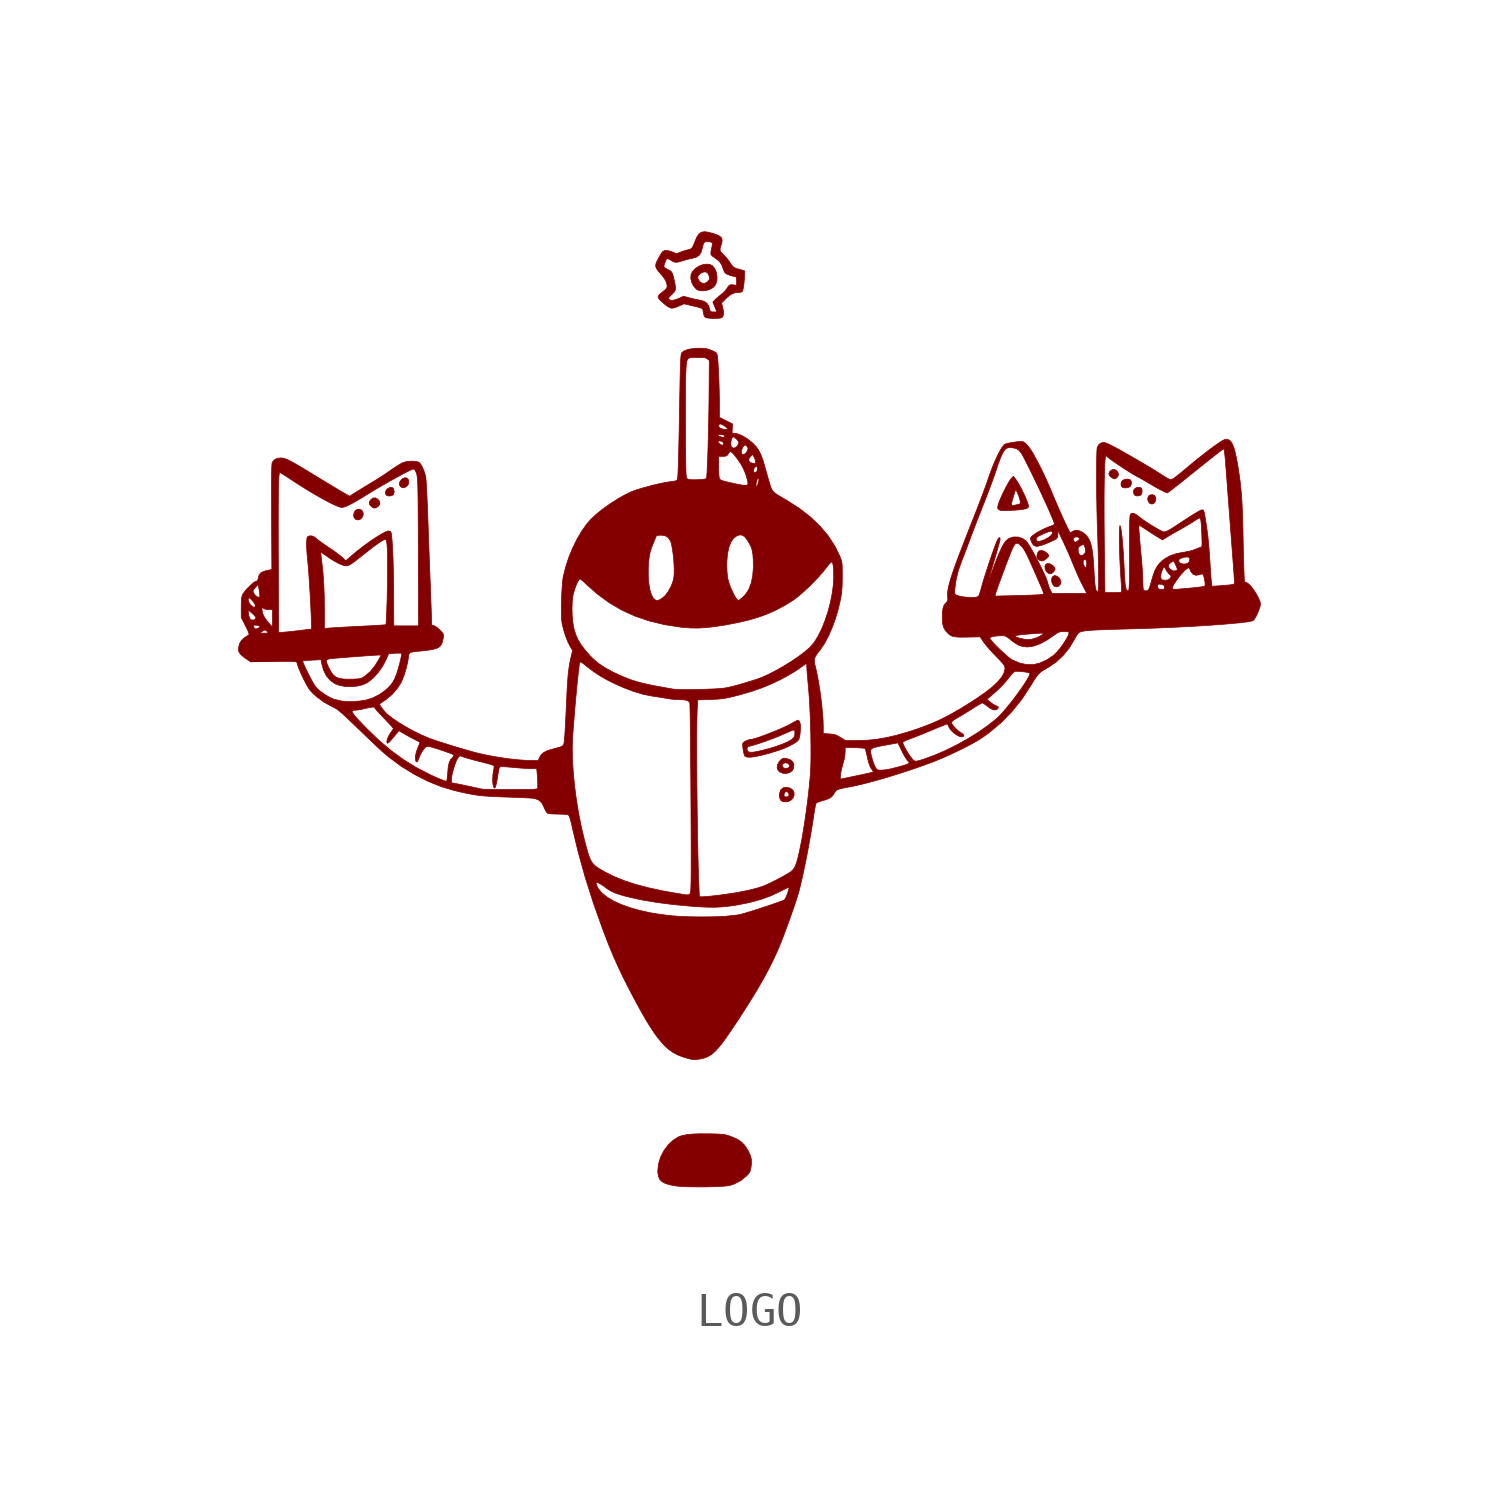
<source format=kicad_sym>
(kicad_symbol_lib
  (version 20220914)
  (generator "bitmap2component")
  (generator_version "8.0")
  (symbol "LOGO"
    (pin_names
      (offset 1.016))
    (property "Reference" "#G"
      (at 0 13.399 0)
      (effects (font (size 1.27 1.27)) hide))
    (symbol "LOGO_0_0"
      (polyline (pts (xy -1.262 -14.025) (xy -1.079 -14.021) (xy -0.91 -14.014) (xy -0.763 -14.006) (xy -0.648 -13.995) (xy -0.571 -13.982) (xy -0.448 -13.941) (xy -0.253 -13.84) (xy -0.085 -13.702) (xy -0.033 -13.648) (xy 0.008 -13.589) (xy 0.032 -13.526) (xy 0.048 -13.437) (xy 0.06 -13.323) (xy 0.055 -13.209) (xy 0.025 -13.099) (xy -0.033 -12.974) (xy -0.039 -12.962) (xy -0.127 -12.82) (xy -0.228 -12.713) (xy -0.353 -12.628) (xy -0.514 -12.556) (xy -0.589 -12.529) (xy -0.655 -12.508) (xy -0.719 -12.492) (xy -0.789 -12.482) (xy -0.877 -12.476) (xy -0.992 -12.471) (xy -1.144 -12.467) (xy -1.166 -12.467) (xy -1.432 -12.465) (xy -1.654 -12.473) (xy -1.835 -12.491) (xy -1.976 -12.518) (xy -2.081 -12.555) (xy -2.234 -12.65) (xy -2.385 -12.79) (xy -2.511 -12.959) (xy -2.609 -13.149) (xy -2.671 -13.35) (xy -2.692 -13.554) (xy -2.692 -13.593) (xy -2.676 -13.709) (xy -2.637 -13.801) (xy -2.569 -13.872) (xy -2.469 -13.926) (xy -2.33 -13.967) (xy -2.149 -13.999) (xy -2.092 -14.006) (xy -1.965 -14.015) (xy -1.81 -14.022) (xy -1.636 -14.025) (xy -1.45 -14.026) (xy -1.262 -14.025)) (stroke (width 0.01) (type default)) (fill (type outline)))
      (polyline (pts (xy -1.573 -10.284) (xy -1.458 -10.27) (xy -1.344 -10.245) (xy -1.248 -10.211) (xy -1.209 -10.193) (xy -1.138 -10.15) (xy -1.066 -10.096) (xy -0.992 -10.026) (xy -0.91 -9.937) (xy -0.82 -9.826) (xy -0.717 -9.688) (xy -0.599 -9.519) (xy -0.462 -9.317) (xy -0.304 -9.078) (xy -0.216 -8.944) (xy 0.022 -8.569) (xy 0.233 -8.224) (xy 0.417 -7.904) (xy 0.579 -7.604) (xy 0.719 -7.322) (xy 0.841 -7.051) (xy 0.859 -7.01) (xy 0.928 -6.84) (xy 1.004 -6.645) (xy 1.083 -6.434) (xy 1.163 -6.215) (xy 1.24 -5.998) (xy 1.312 -5.791) (xy 1.375 -5.602) (xy 1.426 -5.44) (xy 1.462 -5.314) (xy 1.511 -5.114) (xy 1.569 -4.86) (xy 1.629 -4.576) (xy 1.69 -4.273) (xy 1.748 -3.961) (xy 1.804 -3.648) (xy 1.854 -3.345) (xy 1.897 -3.062) (xy 1.915 -2.949) (xy 1.933 -2.852) (xy 1.95 -2.782) (xy 1.964 -2.749) (xy 1.996 -2.731) (xy 2.062 -2.706) (xy 2.144 -2.681) (xy 2.224 -2.659) (xy 2.321 -2.624) (xy 2.39 -2.585) (xy 2.442 -2.535) (xy 2.488 -2.468) (xy 2.502 -2.444) (xy 2.527 -2.407) (xy 2.555 -2.379) (xy 2.594 -2.356) (xy 2.651 -2.336) (xy 2.733 -2.316) (xy 2.848 -2.293) (xy 3.002 -2.264) (xy 3.053 -2.254) (xy 3.266 -2.207) (xy 3.513 -2.144) (xy 3.787 -2.069) (xy 4.08 -1.984) (xy 4.384 -1.889) (xy 4.692 -1.789) (xy 4.997 -1.685) (xy 5.29 -1.58) (xy 5.434 -1.525) (xy 5.648 -1.436) (xy 5.872 -1.337) (xy 6.097 -1.231) (xy 6.314 -1.125) (xy 6.513 -1.021) (xy 6.686 -0.924) (xy 6.822 -0.839) (xy 7.031 -0.691) (xy 7.39 -0.392) (xy 7.717 -0.056) (xy 8.014 0.316) (xy 8.279 0.723) (xy 8.36 0.858) (xy 8.43 0.961) (xy 8.494 1.04) (xy 8.563 1.102) (xy 8.644 1.158) (xy 8.746 1.216) (xy 8.794 1.243) (xy 9.018 1.399) (xy 9.223 1.593) (xy 9.403 1.816) (xy 9.549 2.061) (xy 9.588 2.133) (xy 9.633 2.203) (xy 9.668 2.247) (xy 9.67 2.248) (xy 9.698 2.267) (xy 9.737 2.283) (xy 9.792 2.297) (xy 9.867 2.309) (xy 9.964 2.319) (xy 10.09 2.328) (xy 10.247 2.336) (xy 10.44 2.344) (xy 10.673 2.351) (xy 10.949 2.359) (xy 11.21 2.366) (xy 11.838 2.386) (xy 12.428 2.41) (xy 12.978 2.438) (xy 13.486 2.469) (xy 13.95 2.503) (xy 14.368 2.541) (xy 14.44 2.548) (xy 14.575 2.564) (xy 14.672 2.578) (xy 14.739 2.592) (xy 14.784 2.607) (xy 14.812 2.626) (xy 14.844 2.666) (xy 14.887 2.743) (xy 14.932 2.839) (xy 14.972 2.938) (xy 15 3.027) (xy 15.011 3.091) (xy 15.01 3.106) (xy 14.989 3.189) (xy 14.944 3.292) (xy 14.883 3.403) (xy 14.811 3.513) (xy 14.737 3.61) (xy 14.666 3.684) (xy 14.606 3.724) (xy 14.539 3.75) (xy 14.526 4.061) (xy 14.525 4.08) (xy 14.521 4.194) (xy 14.517 4.344) (xy 14.512 4.521) (xy 14.507 4.716) (xy 14.503 4.92) (xy 14.499 5.123) (xy 14.497 5.247) (xy 14.49 5.556) (xy 14.48 5.827) (xy 14.469 6.068) (xy 14.455 6.285) (xy 14.437 6.486) (xy 14.416 6.678) (xy 14.39 6.869) (xy 14.383 6.918) (xy 14.343 7.178) (xy 14.303 7.393) (xy 14.264 7.568) (xy 14.224 7.705) (xy 14.181 7.807) (xy 14.134 7.877) (xy 14.082 7.918) (xy 14.025 7.934) (xy 13.959 7.927) (xy 13.951 7.924) (xy 13.893 7.895) (xy 13.805 7.839) (xy 13.692 7.761) (xy 13.559 7.664) (xy 13.411 7.552) (xy 13.254 7.429) (xy 13.091 7.299) (xy 12.93 7.165) (xy 12.887 7.129) (xy 12.743 7.009) (xy 12.631 6.916) (xy 12.544 6.848) (xy 12.479 6.8) (xy 12.431 6.77) (xy 12.396 6.754) (xy 12.369 6.75) (xy 12.345 6.754) (xy 12.344 6.755) (xy 12.306 6.774) (xy 12.237 6.814) (xy 12.148 6.869) (xy 12.049 6.933) (xy 12.033 6.943) (xy 11.94 7.002) (xy 11.814 7.079) (xy 11.664 7.168) (xy 11.498 7.266) (xy 11.324 7.368) (xy 11.149 7.468) (xy 11.077 7.509) (xy 10.899 7.61) (xy 10.755 7.689) (xy 10.642 7.749) (xy 10.555 7.792) (xy 10.49 7.82) (xy 10.443 7.835) (xy 10.409 7.839) (xy 10.339 7.83) (xy 10.268 7.785) (xy 10.218 7.699) (xy 10.217 7.697) (xy 10.21 7.65) (xy 10.205 7.562) (xy 10.201 7.436) (xy 10.198 7.278) (xy 10.196 7.092) (xy 10.196 6.885) (xy 10.196 6.659) (xy 10.198 6.421) (xy 10.201 6.176) (xy 10.206 5.928) (xy 10.206 5.89) (xy 10.417 5.89) (xy 10.417 6.207) (xy 10.419 6.494) (xy 10.423 6.748) (xy 10.428 6.965) (xy 10.434 7.143) (xy 10.442 7.279) (xy 10.451 7.37) (xy 10.465 7.46) (xy 10.565 7.378) (xy 10.566 7.378) (xy 10.632 7.327) (xy 10.729 7.258) (xy 10.847 7.179) (xy 10.974 7.095) (xy 11.102 7.012) (xy 11.22 6.938) (xy 11.319 6.878) (xy 11.389 6.839) (xy 11.444 6.81) (xy 11.533 6.761) (xy 11.638 6.7) (xy 11.747 6.635) (xy 11.84 6.581) (xy 11.954 6.516) (xy 12.057 6.46) (xy 12.133 6.421) (xy 12.269 6.357) (xy 12.348 6.412) (xy 12.359 6.42) (xy 12.416 6.463) (xy 12.498 6.527) (xy 12.596 6.603) (xy 12.7 6.686) (xy 12.737 6.716) (xy 12.85 6.807) (xy 12.987 6.916) (xy 13.137 7.036) (xy 13.291 7.159) (xy 13.438 7.277) (xy 13.54 7.358) (xy 13.659 7.452) (xy 13.762 7.532) (xy 13.843 7.594) (xy 13.897 7.634) (xy 13.919 7.649) (xy 13.926 7.648) (xy 13.934 7.64) (xy 13.942 7.623) (xy 13.949 7.591) (xy 13.957 7.54) (xy 13.966 7.466) (xy 13.975 7.366) (xy 13.986 7.234) (xy 13.999 7.067) (xy 14.015 6.862) (xy 14.034 6.612) (xy 14.036 6.583) (xy 14.045 6.461) (xy 14.057 6.303) (xy 14.071 6.119) (xy 14.086 5.919) (xy 14.102 5.711) (xy 14.118 5.504) (xy 14.128 5.368) (xy 14.156 4.997) (xy 14.181 4.672) (xy 14.202 4.395) (xy 14.219 4.165) (xy 14.232 3.982) (xy 14.241 3.846) (xy 14.247 3.757) (xy 14.249 3.716) (xy 14.248 3.706) (xy 14.237 3.689) (xy 14.209 3.675) (xy 14.158 3.664) (xy 14.078 3.654) (xy 13.962 3.644) (xy 13.805 3.632) (xy 13.588 3.617) (xy 13.573 3.713) (xy 13.569 3.748) (xy 13.561 3.832) (xy 13.552 3.945) (xy 13.543 4.079) (xy 13.534 4.221) (xy 13.531 4.274) (xy 13.512 4.569) (xy 13.491 4.827) (xy 13.469 5.059) (xy 13.442 5.273) (xy 13.412 5.48) (xy 13.391 5.611) (xy 13.373 5.716) (xy 13.359 5.786) (xy 13.345 5.829) (xy 13.329 5.852) (xy 13.31 5.86) (xy 13.286 5.862) (xy 13.268 5.856) (xy 13.212 5.828) (xy 13.126 5.779) (xy 13.016 5.712) (xy 12.889 5.631) (xy 12.749 5.54) (xy 12.65 5.474) (xy 12.514 5.385) (xy 12.41 5.318) (xy 12.33 5.27) (xy 12.271 5.239) (xy 12.226 5.222) (xy 12.191 5.215) (xy 12.16 5.216) (xy 12.156 5.217) (xy 12.11 5.236) (xy 12.035 5.275) (xy 11.939 5.33) (xy 11.832 5.394) (xy 11.722 5.463) (xy 11.618 5.532) (xy 11.529 5.593) (xy 11.463 5.643) (xy 11.438 5.664) (xy 11.355 5.726) (xy 11.294 5.758) (xy 11.245 5.762) (xy 11.199 5.743) (xy 11.198 5.742) (xy 11.19 5.731) (xy 11.183 5.707) (xy 11.177 5.667) (xy 11.173 5.607) (xy 11.169 5.523) (xy 11.167 5.412) (xy 11.166 5.374) (xy 11.439 5.374) (xy 11.441 5.401) (xy 11.447 5.409) (xy 11.447 5.409) (xy 11.474 5.396) (xy 11.529 5.363) (xy 11.599 5.317) (xy 11.624 5.3) (xy 11.718 5.239) (xy 11.827 5.168) (xy 11.933 5.101) (xy 12.131 4.978) (xy 12.279 5.07) (xy 12.337 5.106) (xy 12.441 5.168) (xy 12.56 5.236) (xy 12.676 5.301) (xy 12.763 5.35) (xy 12.879 5.417) (xy 12.984 5.481) (xy 13.062 5.531) (xy 13.063 5.532) (xy 13.134 5.578) (xy 13.19 5.611) (xy 13.22 5.623) (xy 13.222 5.623) (xy 13.238 5.613) (xy 13.252 5.582) (xy 13.263 5.525) (xy 13.272 5.436) (xy 13.28 5.309) (xy 13.288 5.141) (xy 13.291 5.043) (xy 13.295 4.926) (xy 13.294 4.846) (xy 13.29 4.797) (xy 13.282 4.772) (xy 13.27 4.765) (xy 13.244 4.76) (xy 13.185 4.739) (xy 13.11 4.707) (xy 13.106 4.705) (xy 13.014 4.672) (xy 12.898 4.642) (xy 12.778 4.62) (xy 12.739 4.615) (xy 12.53 4.573) (xy 12.359 4.514) (xy 12.218 4.436) (xy 12.137 4.376) (xy 12.046 4.292) (xy 11.979 4.205) (xy 12.303 4.205) (xy 12.319 4.261) (xy 12.383 4.316) (xy 12.459 4.364) (xy 12.464 4.354) (xy 12.609 4.354) (xy 12.62 4.404) (xy 12.637 4.42) (xy 12.694 4.447) (xy 12.769 4.468) (xy 12.844 4.478) (xy 12.9 4.472) (xy 12.924 4.453) (xy 12.937 4.405) (xy 12.924 4.349) (xy 12.885 4.302) (xy 12.826 4.275) (xy 12.755 4.269) (xy 12.687 4.282) (xy 12.635 4.312) (xy 12.609 4.354) (xy 12.464 4.354) (xy 12.522 4.24) (xy 12.547 4.184) (xy 12.566 4.127) (xy 12.565 4.098) (xy 12.519 4.069) (xy 12.446 4.068) (xy 12.368 4.113) (xy 12.333 4.146) (xy 12.303 4.205) (xy 11.979 4.205) (xy 11.974 4.199) (xy 11.914 4.087) (xy 11.861 3.945) (xy 11.856 3.931) (xy 12.081 3.931) (xy 12.097 4.016) (xy 12.13 4.103) (xy 12.18 4.2) (xy 12.239 4.097) (xy 12.258 4.065) (xy 12.305 4.001) (xy 12.344 3.961) (xy 12.382 3.925) (xy 12.383 3.887) (xy 12.343 3.836) (xy 12.314 3.814) (xy 12.23 3.792) (xy 12.122 3.805) (xy 12.106 3.814) (xy 12.085 3.859) (xy 12.081 3.931) (xy 11.856 3.931) (xy 11.808 3.766) (xy 11.793 3.713) (xy 11.765 3.62) (xy 11.76 3.608) (xy 11.985 3.608) (xy 11.986 3.629) (xy 11.998 3.669) (xy 12.034 3.682) (xy 12.105 3.673) (xy 12.137 3.665) (xy 12.179 3.64) (xy 12.195 3.594) (xy 12.196 3.583) (xy 12.191 3.56) (xy 12.423 3.56) (xy 12.435 3.608) (xy 12.472 3.68) (xy 12.527 3.767) (xy 12.595 3.861) (xy 12.669 3.955) (xy 12.744 4.039) (xy 12.813 4.106) (xy 12.871 4.148) (xy 12.876 4.151) (xy 12.905 4.158) (xy 12.928 4.136) (xy 12.954 4.078) (xy 12.969 4.046) (xy 13.029 3.972) (xy 13.108 3.94) (xy 13.203 3.953) (xy 13.206 3.954) (xy 13.267 3.972) (xy 13.309 3.979) (xy 13.317 3.975) (xy 13.336 3.939) (xy 13.356 3.874) (xy 13.372 3.796) (xy 13.383 3.719) (xy 13.385 3.656) (xy 13.377 3.622) (xy 13.355 3.614) (xy 13.291 3.603) (xy 13.196 3.59) (xy 13.075 3.576) (xy 12.939 3.563) (xy 12.794 3.55) (xy 12.665 3.539) (xy 12.572 3.532) (xy 12.508 3.529) (xy 12.468 3.529) (xy 12.445 3.533) (xy 12.433 3.54) (xy 12.426 3.55) (xy 12.423 3.56) (xy 12.191 3.56) (xy 12.187 3.54) (xy 12.145 3.522) (xy 12.139 3.521) (xy 12.06 3.522) (xy 12.005 3.553) (xy 11.985 3.608) (xy 11.76 3.608) (xy 11.739 3.549) (xy 11.721 3.512) (xy 11.708 3.5) (xy 11.657 3.481) (xy 11.604 3.486) (xy 11.571 3.517) (xy 11.568 3.529) (xy 11.562 3.586) (xy 11.558 3.672) (xy 11.556 3.773) (xy 11.556 3.783) (xy 11.553 3.881) (xy 11.546 4.013) (xy 11.536 4.168) (xy 11.523 4.335) (xy 11.508 4.503) (xy 11.498 4.607) (xy 11.478 4.827) (xy 11.463 5.004) (xy 11.451 5.144) (xy 11.443 5.25) (xy 11.439 5.325) (xy 11.439 5.374) (xy 11.166 5.374) (xy 11.165 5.268) (xy 11.164 5.088) (xy 11.163 4.869) (xy 11.163 4.606) (xy 11.163 4.474) (xy 11.163 4.234) (xy 11.162 4.036) (xy 11.161 3.876) (xy 11.159 3.75) (xy 11.156 3.654) (xy 11.152 3.584) (xy 11.148 3.536) (xy 11.142 3.506) (xy 11.134 3.49) (xy 11.126 3.484) (xy 11.119 3.483) (xy 11.093 3.491) (xy 11.072 3.519) (xy 11.055 3.574) (xy 11.04 3.658) (xy 11.028 3.777) (xy 11.018 3.935) (xy 11.008 4.136) (xy 11.005 4.196) (xy 10.993 4.433) (xy 10.979 4.655) (xy 10.963 4.856) (xy 10.948 5.033) (xy 10.931 5.18) (xy 10.915 5.293) (xy 10.9 5.367) (xy 10.886 5.399) (xy 10.883 5.398) (xy 10.876 5.367) (xy 10.87 5.297) (xy 10.867 5.192) (xy 10.866 5.06) (xy 10.867 4.905) (xy 10.87 4.735) (xy 10.875 4.555) (xy 10.882 4.371) (xy 10.891 4.189) (xy 10.901 4.015) (xy 10.905 3.949) (xy 10.915 3.8) (xy 10.923 3.669) (xy 10.93 3.564) (xy 10.934 3.493) (xy 10.936 3.461) (xy 10.926 3.448) (xy 10.886 3.438) (xy 10.809 3.433) (xy 10.689 3.431) (xy 10.442 3.431) (xy 10.424 4.851) (xy 10.421 5.173) (xy 10.418 5.544) (xy 10.417 5.89) (xy 10.206 5.89) (xy 10.211 5.683) (xy 10.217 5.444) (xy 10.225 5.218) (xy 10.233 4.993) (xy 10.241 4.712) (xy 10.248 4.45) (xy 10.252 4.212) (xy 10.254 3.999) (xy 10.255 3.817) (xy 10.253 3.667) (xy 10.248 3.555) (xy 10.242 3.483) (xy 10.234 3.456) (xy 10.211 3.456) (xy 10.187 3.489) (xy 10.167 3.559) (xy 10.15 3.67) (xy 10.136 3.824) (xy 10.124 4.023) (xy 10.123 4.051) (xy 10.109 4.293) (xy 10.092 4.493) (xy 10.072 4.658) (xy 10.047 4.792) (xy 10.017 4.901) (xy 9.978 4.99) (xy 9.932 5.065) (xy 9.876 5.131) (xy 9.858 5.149) (xy 9.764 5.217) (xy 9.664 5.255) (xy 9.57 5.261) (xy 9.494 5.231) (xy 9.46 5.209) (xy 9.422 5.195) (xy 9.416 5.201) (xy 9.391 5.242) (xy 9.351 5.32) (xy 9.299 5.429) (xy 9.235 5.566) (xy 9.164 5.724) (xy 9.086 5.9) (xy 9.005 6.087) (xy 8.922 6.282) (xy 8.84 6.478) (xy 8.825 6.515) (xy 8.736 6.718) (xy 8.636 6.933) (xy 8.531 7.147) (xy 8.428 7.345) (xy 8.335 7.513) (xy 8.272 7.615) (xy 8.185 7.735) (xy 8.106 7.82) (xy 8.038 7.864) (xy 8.013 7.869) (xy 7.943 7.868) (xy 7.849 7.86) (xy 7.745 7.846) (xy 7.643 7.829) (xy 7.559 7.81) (xy 7.505 7.791) (xy 7.486 7.777) (xy 7.431 7.714) (xy 7.367 7.612) (xy 7.295 7.475) (xy 7.219 7.309) (xy 7.139 7.119) (xy 7.06 6.909) (xy 6.982 6.684) (xy 6.976 6.665) (xy 6.94 6.563) (xy 6.889 6.426) (xy 6.827 6.26) (xy 6.756 6.072) (xy 6.678 5.869) (xy 6.595 5.658) (xy 6.511 5.445) (xy 6.494 5.402) (xy 6.36 5.061) (xy 6.244 4.761) (xy 6.143 4.499) (xy 6.059 4.271) (xy 5.989 4.073) (xy 5.932 3.904) (xy 5.888 3.76) (xy 5.856 3.638) (xy 5.834 3.535) (xy 5.826 3.478) (xy 6.03 3.478) (xy 6.037 3.571) (xy 6.067 3.79) (xy 6.133 4.07) (xy 6.228 4.34) (xy 6.25 4.396) (xy 6.295 4.509) (xy 6.347 4.647) (xy 6.403 4.796) (xy 6.458 4.944) (xy 6.498 5.052) (xy 6.559 5.215) (xy 6.631 5.401) (xy 6.708 5.601) (xy 6.787 5.801) (xy 6.862 5.993) (xy 6.925 6.152) (xy 7.001 6.349) (xy 7.075 6.545) (xy 7.143 6.728) (xy 7.201 6.889) (xy 7.244 7.017) (xy 7.266 7.084) (xy 7.33 7.27) (xy 7.386 7.415) (xy 7.436 7.525) (xy 7.483 7.604) (xy 7.531 7.655) (xy 7.583 7.683) (xy 7.641 7.692) (xy 7.709 7.688) (xy 7.764 7.679) (xy 7.841 7.658) (xy 7.902 7.623) (xy 7.957 7.566) (xy 8.014 7.48) (xy 8.08 7.357) (xy 8.117 7.284) (xy 8.204 7.111) (xy 8.296 6.925) (xy 8.39 6.73) (xy 8.485 6.533) (xy 8.577 6.337) (xy 8.664 6.148) (xy 8.745 5.971) (xy 8.816 5.811) (xy 8.875 5.674) (xy 8.92 5.564) (xy 8.949 5.487) (xy 8.959 5.447) (xy 8.955 5.438) (xy 8.919 5.411) (xy 8.858 5.386) (xy 8.847 5.383) (xy 8.742 5.343) (xy 8.622 5.289) (xy 8.502 5.227) (xy 8.398 5.165) (xy 8.324 5.111) (xy 8.293 5.084) (xy 8.261 5.046) (xy 8.256 5.016) (xy 8.421 5.016) (xy 8.445 5.055) (xy 8.503 5.095) (xy 8.601 5.143) (xy 8.711 5.191) (xy 8.796 5.223) (xy 8.852 5.235) (xy 8.885 5.23) (xy 8.902 5.208) (xy 8.903 5.174) (xy 8.869 5.119) (xy 8.795 5.058) (xy 8.686 4.995) (xy 8.627 4.969) (xy 8.529 4.938) (xy 8.461 4.938) (xy 8.426 4.968) (xy 8.425 4.973) (xy 8.421 5.016) (xy 8.256 5.016) (xy 8.255 5.01) (xy 8.27 4.956) (xy 8.312 4.864) (xy 8.367 4.807) (xy 8.438 4.789) (xy 8.482 4.795) (xy 8.573 4.819) (xy 8.685 4.858) (xy 8.809 4.908) (xy 8.93 4.965) (xy 8.941 4.971) (xy 9.006 5.006) (xy 9.04 5.037) (xy 9.053 5.077) (xy 9.056 5.141) (xy 9.059 5.254) (xy 9.186 4.994) (xy 9.51 4.994) (xy 9.527 5.038) (xy 9.573 5.066) (xy 9.638 5.066) (xy 9.652 5.061) (xy 9.692 5.032) (xy 9.688 4.992) (xy 9.639 4.947) (xy 9.622 4.936) (xy 9.583 4.913) (xy 9.561 4.915) (xy 9.536 4.937) (xy 9.529 4.944) (xy 9.51 4.994) (xy 9.186 4.994) (xy 9.209 4.947) (xy 9.226 4.911) (xy 9.294 4.764) (xy 9.308 4.732) (xy 9.654 4.732) (xy 9.673 4.77) (xy 9.725 4.808) (xy 9.775 4.836) (xy 9.816 4.838) (xy 9.843 4.804) (xy 9.865 4.727) (xy 9.867 4.718) (xy 9.874 4.641) (xy 9.853 4.584) (xy 9.847 4.576) (xy 9.796 4.532) (xy 9.741 4.519) (xy 9.697 4.541) (xy 9.692 4.546) (xy 9.672 4.597) (xy 9.657 4.665) (xy 9.656 4.672) (xy 9.654 4.732) (xy 9.308 4.732) (xy 9.369 4.596) (xy 9.442 4.425) (xy 9.474 4.347) (xy 9.803 4.347) (xy 9.823 4.391) (xy 9.861 4.403) (xy 9.877 4.396) (xy 9.897 4.359) (xy 9.908 4.283) (xy 9.908 4.266) (xy 9.902 4.197) (xy 9.881 4.168) (xy 9.851 4.181) (xy 9.818 4.239) (xy 9.805 4.283) (xy 9.803 4.347) (xy 9.474 4.347) (xy 9.507 4.268) (xy 9.529 4.212) (xy 9.594 4.059) (xy 9.662 3.904) (xy 9.727 3.763) (xy 9.783 3.652) (xy 9.911 3.407) (xy 9.4 3.407) (xy 8.889 3.407) (xy 8.84 3.503) (xy 8.817 3.555) (xy 8.782 3.649) (xy 8.754 3.747) (xy 8.746 3.772) (xy 8.713 3.86) (xy 8.663 3.975) (xy 8.599 4.11) (xy 8.526 4.257) (xy 8.449 4.407) (xy 8.37 4.554) (xy 8.294 4.689) (xy 8.226 4.805) (xy 8.17 4.892) (xy 8.129 4.945) (xy 8.028 5.019) (xy 7.898 5.064) (xy 7.759 5.065) (xy 7.733 5.06) (xy 7.625 5.023) (xy 7.539 4.957) (xy 7.462 4.851) (xy 7.415 4.762) (xy 7.357 4.638) (xy 7.293 4.489) (xy 7.229 4.328) (xy 7.167 4.164) (xy 7.113 4.008) (xy 7.099 3.966) (xy 7.071 3.888) (xy 7.049 3.836) (xy 7.037 3.82) (xy 7.039 3.834) (xy 7.051 3.888) (xy 7.075 3.977) (xy 7.108 4.094) (xy 7.149 4.233) (xy 7.195 4.387) (xy 7.227 4.495) (xy 7.271 4.645) (xy 7.308 4.777) (xy 7.337 4.884) (xy 7.356 4.96) (xy 7.363 4.997) (xy 7.357 5.038) (xy 7.339 5.047) (xy 7.308 5.014) (xy 7.267 4.939) (xy 7.265 4.934) (xy 7.235 4.86) (xy 7.194 4.75) (xy 7.145 4.613) (xy 7.09 4.456) (xy 7.034 4.288) (xy 6.978 4.117) (xy 6.925 3.952) (xy 6.878 3.802) (xy 6.867 3.765) (xy 7.005 3.765) (xy 7.007 3.777) (xy 7.021 3.781) (xy 7.024 3.777) (xy 7.021 3.749) (xy 7.014 3.745) (xy 7.005 3.765) (xy 6.867 3.765) (xy 6.84 3.674) (xy 6.814 3.578) (xy 6.81 3.562) (xy 6.934 3.562) (xy 6.946 3.574) (xy 6.958 3.562) (xy 6.946 3.55) (xy 6.934 3.562) (xy 6.81 3.562) (xy 6.8 3.522) (xy 6.771 3.429) (xy 6.754 3.382) (xy 6.886 3.382) (xy 6.887 3.389) (xy 6.91 3.419) (xy 6.921 3.421) (xy 6.919 3.397) (xy 6.911 3.379) (xy 6.894 3.36) (xy 6.886 3.382) (xy 6.754 3.382) (xy 6.745 3.358) (xy 6.729 3.328) (xy 7.213 3.328) (xy 7.229 3.398) (xy 7.231 3.404) (xy 7.25 3.462) (xy 7.282 3.556) (xy 7.325 3.678) (xy 7.377 3.819) (xy 7.433 3.973) (xy 7.493 4.132) (xy 7.551 4.287) (xy 7.607 4.431) (xy 7.656 4.558) (xy 7.697 4.658) (xy 7.725 4.724) (xy 7.767 4.808) (xy 7.814 4.867) (xy 7.861 4.884) (xy 7.917 4.859) (xy 7.988 4.795) (xy 8.015 4.766) (xy 8.044 4.728) (xy 8.075 4.68) (xy 8.11 4.618) (xy 8.152 4.536) (xy 8.202 4.43) (xy 8.264 4.295) (xy 8.339 4.125) (xy 8.431 3.917) (xy 8.501 3.757) (xy 8.557 3.629) (xy 8.596 3.535) (xy 8.622 3.469) (xy 8.634 3.426) (xy 8.635 3.4) (xy 8.626 3.386) (xy 8.609 3.38) (xy 8.585 3.375) (xy 8.584 3.375) (xy 8.543 3.37) (xy 8.461 3.365) (xy 8.345 3.36) (xy 8.203 3.354) (xy 8.04 3.349) (xy 7.865 3.344) (xy 7.213 3.328) (xy 6.729 3.328) (xy 6.725 3.321) (xy 6.722 3.318) (xy 6.67 3.299) (xy 6.584 3.289) (xy 6.478 3.289) (xy 6.361 3.296) (xy 6.247 3.312) (xy 6.146 3.334) (xy 6.071 3.362) (xy 6.06 3.369) (xy 6.04 3.388) (xy 6.031 3.421) (xy 6.03 3.478) (xy 5.826 3.478) (xy 5.822 3.447) (xy 5.818 3.373) (xy 5.822 3.307) (xy 5.825 3.282) (xy 5.827 3.217) (xy 5.813 3.174) (xy 5.778 3.135) (xy 5.753 3.109) (xy 5.711 3.047) (xy 5.684 2.967) (xy 5.669 2.86) (xy 5.664 2.716) (xy 5.664 2.665) (xy 5.675 2.523) (xy 5.703 2.413) (xy 5.753 2.321) (xy 5.83 2.235) (xy 5.853 2.214) (xy 5.903 2.177) (xy 5.959 2.151) (xy 6.029 2.134) (xy 6.122 2.125) (xy 6.245 2.122) (xy 6.408 2.124) (xy 6.776 2.132) (xy 6.801 2.095) (xy 7.058 2.095) (xy 7.059 2.097) (xy 7.09 2.123) (xy 7.163 2.145) (xy 7.273 2.159) (xy 7.414 2.166) (xy 7.428 2.166) (xy 7.486 2.163) (xy 7.518 2.152) (xy 7.804 2.152) (xy 7.824 2.166) (xy 7.881 2.18) (xy 7.977 2.193) (xy 8.115 2.207) (xy 8.298 2.223) (xy 8.451 2.235) (xy 8.56 2.24) (xy 8.624 2.238) (xy 8.642 2.229) (xy 8.642 2.228) (xy 8.616 2.205) (xy 8.56 2.168) (xy 8.485 2.127) (xy 8.442 2.106) (xy 8.286 2.058) (xy 8.124 2.052) (xy 7.946 2.089) (xy 7.936 2.092) (xy 7.863 2.116) (xy 7.818 2.135) (xy 7.804 2.152) (xy 7.518 2.152) (xy 7.535 2.146) (xy 7.591 2.111) (xy 7.668 2.049) (xy 7.777 1.965) (xy 7.904 1.89) (xy 8.025 1.848) (xy 8.151 1.835) (xy 8.213 1.838) (xy 8.374 1.867) (xy 8.545 1.931) (xy 8.732 2.032) (xy 8.938 2.172) (xy 8.987 2.207) (xy 9.054 2.251) (xy 9.109 2.275) (xy 9.166 2.285) (xy 9.242 2.287) (xy 9.27 2.287) (xy 9.342 2.283) (xy 9.378 2.272) (xy 9.388 2.251) (xy 9.374 2.193) (xy 9.333 2.109) (xy 9.274 2.007) (xy 9.2 1.897) (xy 9.12 1.789) (xy 9.038 1.691) (xy 8.961 1.613) (xy 8.931 1.587) (xy 8.741 1.457) (xy 8.519 1.358) (xy 8.343 1.317) (xy 8.145 1.317) (xy 7.94 1.361) (xy 7.724 1.452) (xy 7.696 1.469) (xy 7.629 1.518) (xy 7.547 1.587) (xy 7.454 1.67) (xy 7.358 1.76) (xy 7.265 1.851) (xy 7.182 1.937) (xy 7.116 2.01) (xy 7.072 2.065) (xy 7.058 2.095) (xy 6.801 2.095) (xy 6.881 1.977) (xy 6.896 1.956) (xy 6.96 1.874) (xy 7.046 1.773) (xy 7.145 1.664) (xy 7.246 1.558) (xy 7.259 1.545) (xy 7.355 1.446) (xy 7.422 1.373) (xy 7.466 1.319) (xy 7.491 1.278) (xy 7.503 1.242) (xy 7.506 1.206) (xy 7.505 1.179) (xy 7.474 1.064) (xy 7.402 0.939) (xy 7.288 0.804) (xy 7.131 0.657) (xy 6.93 0.499) (xy 6.684 0.328) (xy 6.483 0.197) (xy 6.189 0.015) (xy 5.915 -0.142) (xy 5.653 -0.278) (xy 5.394 -0.396) (xy 5.13 -0.502) (xy 4.851 -0.6) (xy 4.654 -0.663) (xy 4.327 -0.757) (xy 4.026 -0.828) (xy 3.742 -0.876) (xy 3.468 -0.905) (xy 3.193 -0.915) (xy 2.824 -0.917) (xy 2.674 -0.824) (xy 2.603 -0.782) (xy 2.528 -0.748) (xy 2.45 -0.73) (xy 2.347 -0.72) (xy 2.168 -0.709) (xy 2.168 -0.501) (xy 2.168 -0.5) (xy 2.163 -0.317) (xy 2.147 -0.1) (xy 2.123 0.141) (xy 2.093 0.392) (xy 2.057 0.642) (xy 2.017 0.881) (xy 1.975 1.096) (xy 1.932 1.275) (xy 1.917 1.335) (xy 1.905 1.417) (xy 1.91 1.487) (xy 1.938 1.556) (xy 1.99 1.637) (xy 2.071 1.742) (xy 2.087 1.762) (xy 2.205 1.937) (xy 2.319 2.15) (xy 2.426 2.393) (xy 2.523 2.657) (xy 2.606 2.934) (xy 2.672 3.217) (xy 2.675 3.231) (xy 2.696 3.352) (xy 2.711 3.466) (xy 2.72 3.588) (xy 2.725 3.731) (xy 2.727 3.908) (xy 2.726 4.056) (xy 2.725 4.17) (xy 2.721 4.255) (xy 2.713 4.32) (xy 2.701 4.375) (xy 2.683 4.429) (xy 2.659 4.492) (xy 2.508 4.801) (xy 2.31 5.103) (xy 2.068 5.389) (xy 1.785 5.659) (xy 1.46 5.91) (xy 1.096 6.142) (xy 0.962 6.22) (xy 0.851 6.286) (xy 0.77 6.34) (xy 0.712 6.389) (xy 0.672 6.438) (xy 0.642 6.493) (xy 0.616 6.561) (xy 0.59 6.648) (xy 0.572 6.709) (xy 0.531 6.849) (xy 0.489 6.999) (xy 0.451 7.136) (xy 0.451 7.138) (xy 0.393 7.333) (xy 0.333 7.49) (xy 0.267 7.618) (xy 0.188 7.727) (xy 0.093 7.826) (xy 0.052 7.862) (xy -0.073 7.957) (xy -0.202 8.034) (xy -0.323 8.087) (xy -0.425 8.11) (xy -0.512 8.116) (xy -0.504 8.25) (xy -0.496 8.385) (xy -0.689 8.482) (xy -0.882 8.578) (xy -0.882 8.989) (xy -0.884 9.136) (xy -0.887 9.317) (xy -0.892 9.507) (xy -0.899 9.697) (xy -0.907 9.881) (xy -0.915 10.049) (xy -0.924 10.194) (xy -0.933 10.307) (xy -0.942 10.381) (xy -0.947 10.408) (xy -0.96 10.452) (xy -0.986 10.483) (xy -1.034 10.511) (xy -1.117 10.547) (xy -1.192 10.576) (xy -1.275 10.598) (xy -1.364 10.608) (xy -1.48 10.61) (xy -1.56 10.608) (xy -1.711 10.592) (xy -1.838 10.563) (xy -1.934 10.523) (xy -1.99 10.475) (xy -1.994 10.467) (xy -2.002 10.443) (xy -2.009 10.405) (xy -2.014 10.348) (xy -2.02 10.27) (xy -2.025 10.166) (xy -2.03 10.033) (xy -2.034 9.867) (xy -2.039 9.665) (xy -2.043 9.422) (xy -2.049 9.135) (xy -2.052 8.948) (xy -2.055 8.764) (xy -1.88 8.764) (xy -1.88 9.01) (xy -1.879 9.239) (xy -1.877 9.444) (xy -1.875 9.621) (xy -1.873 9.762) (xy -1.87 9.861) (xy -1.863 10.021) (xy -1.854 10.143) (xy -1.84 10.229) (xy -1.815 10.286) (xy -1.776 10.319) (xy -1.718 10.335) (xy -1.637 10.341) (xy -1.528 10.341) (xy -1.484 10.341) (xy -1.384 10.338) (xy -1.316 10.331) (xy -1.27 10.317) (xy -1.236 10.295) (xy -1.179 10.25) (xy -1.185 9.42) (xy -1.186 9.321) (xy -1.188 9.054) (xy -1.192 8.783) (xy -1.197 8.512) (xy -1.2 8.329) (xy -0.905 8.329) (xy -0.896 8.369) (xy -0.863 8.387) (xy -0.827 8.378) (xy -0.77 8.349) (xy -0.71 8.311) (xy -0.662 8.272) (xy -0.643 8.243) (xy -0.657 8.229) (xy -0.703 8.223) (xy -0.765 8.231) (xy -0.827 8.248) (xy -0.876 8.274) (xy -0.887 8.285) (xy -0.905 8.329) (xy -1.2 8.329) (xy -1.202 8.247) (xy -1.207 8.056) (xy -0.927 8.056) (xy -0.898 8.071) (xy -0.828 8.073) (xy -0.816 8.072) (xy -0.749 8.058) (xy -0.727 8.032) (xy -0.738 8) (xy -0.777 7.993) (xy -0.852 8.009) (xy -0.912 8.034) (xy -0.927 8.056) (xy -1.207 8.056) (xy -1.208 7.99) (xy -1.212 7.877) (xy -0.923 7.877) (xy -0.884 7.887) (xy -0.843 7.884) (xy -0.783 7.86) (xy -0.762 7.814) (xy -0.769 7.787) (xy -0.547 7.787) (xy -0.545 7.86) (xy -0.532 7.931) (xy -0.508 7.985) (xy -0.477 8.006) (xy -0.466 8.004) (xy -0.42 7.976) (xy -0.369 7.93) (xy -0.327 7.879) (xy -0.31 7.84) (xy -0.31 7.839) (xy -0.325 7.791) (xy -0.359 7.735) (xy -0.405 7.692) (xy -0.465 7.674) (xy -0.519 7.701) (xy -0.535 7.726) (xy -0.547 7.787) (xy -0.769 7.787) (xy -0.774 7.768) (xy -0.809 7.76) (xy -0.867 7.794) (xy -0.876 7.801) (xy -0.92 7.847) (xy -0.923 7.877) (xy -1.212 7.877) (xy -1.215 7.747) (xy -1.219 7.607) (xy -0.895 7.607) (xy -0.886 7.617) (xy -0.872 7.621) (xy -0.84 7.615) (xy -0.841 7.607) (xy -0.872 7.603) (xy -0.895 7.607) (xy -1.219 7.607) (xy -1.222 7.521) (xy -1.229 7.318) (xy -1.237 7.14) (xy -1.237 7.138) (xy -0.905 7.138) (xy -0.905 7.434) (xy -0.785 7.434) (xy -0.749 7.435) (xy -0.69 7.441) (xy -0.654 7.463) (xy -0.624 7.505) (xy -0.621 7.512) (xy -0.585 7.558) (xy -0.555 7.577) (xy -0.545 7.574) (xy -0.518 7.552) (xy -0.239 7.552) (xy -0.232 7.619) (xy -0.197 7.699) (xy -0.192 7.708) (xy -0.148 7.758) (xy -0.106 7.76) (xy -0.063 7.717) (xy -0.04 7.666) (xy -0.051 7.607) (xy -0.103 7.535) (xy -0.143 7.5) (xy -0.191 7.485) (xy -0.224 7.505) (xy -0.239 7.552) (xy -0.518 7.552) (xy -0.504 7.541) (xy -0.449 7.48) (xy -0.384 7.399) (xy -0.318 7.308) (xy -0.021 7.308) (xy -0.014 7.367) (xy 0.034 7.432) (xy 0.091 7.486) (xy 0.127 7.431) (xy 0.155 7.371) (xy 0.178 7.297) (xy 0.183 7.253) (xy 0.168 7.224) (xy 0.122 7.223) (xy 0.042 7.247) (xy 0.013 7.261) (xy -0.021 7.308) (xy -0.318 7.308) (xy -0.317 7.307) (xy -0.255 7.212) (xy -0.204 7.124) (xy -0.196 7.109) (xy -0.152 7.014) (xy 0.119 7.014) (xy 0.127 7.059) (xy 0.154 7.107) (xy 0.188 7.134) (xy 0.22 7.129) (xy 0.233 7.095) (xy 0.234 7.038) (xy 0.216 6.984) (xy 0.173 6.962) (xy 0.16 6.96) (xy 0.127 6.97) (xy 0.119 7.014) (xy -0.152 7.014) (xy -0.147 7.003) (xy -0.105 6.892) (xy -0.071 6.786) (xy -0.05 6.695) (xy -0.043 6.629) (xy -0.054 6.596) (xy -0.065 6.59) (xy -0.095 6.581) (xy -0.139 6.58) (xy -0.203 6.587) (xy -0.293 6.603) (xy -0.417 6.628) (xy -0.58 6.665) (xy -0.602 6.67) (xy -0.716 6.697) (xy -0.794 6.719) (xy -0.842 6.739) (xy -0.869 6.76) (xy -0.884 6.785) (xy -0.884 6.785) (xy -0.892 6.831) (xy -0.899 6.912) (xy -0.904 7.019) (xy -0.905 7.138) (xy -1.237 7.138) (xy -1.244 6.994) (xy -1.252 6.881) (xy -1.259 6.809) (xy -1.265 6.779) (xy -1.283 6.772) (xy -1.341 6.761) (xy -1.428 6.753) (xy -1.532 6.747) (xy -1.643 6.745) (xy -1.73 6.749) (xy -1.787 6.758) (xy -1.823 6.775) (xy -1.829 6.781) (xy -1.839 6.791) (xy -1.846 6.808) (xy -1.853 6.835) (xy -1.858 6.875) (xy -1.863 6.933) (xy -1.866 7.011) (xy -1.869 7.115) (xy -1.871 7.248) (xy -1.873 7.413) (xy -1.875 7.614) (xy -1.877 7.856) (xy -1.878 8.141) (xy -1.879 8.245) (xy -1.88 8.507) (xy -1.88 8.764) (xy -2.055 8.764) (xy -2.058 8.578) (xy -2.064 8.251) (xy -2.07 7.966) (xy -2.075 7.718) (xy -2.08 7.506) (xy -2.085 7.327) (xy -2.089 7.177) (xy -2.094 7.055) (xy -2.098 6.957) (xy -2.103 6.88) (xy -2.108 6.823) (xy -2.114 6.782) (xy -2.12 6.755) (xy -2.126 6.738) (xy -2.134 6.729) (xy -2.173 6.713) (xy -2.245 6.698) (xy -2.333 6.687) (xy -2.374 6.682) (xy -2.496 6.662) (xy -2.647 6.63) (xy -2.814 6.591) (xy -2.899 6.569) (xy 0.193 6.569) (xy 0.195 6.623) (xy 0.204 6.684) (xy 0.218 6.739) (xy 0.235 6.773) (xy 0.255 6.789) (xy 0.276 6.782) (xy 0.278 6.738) (xy 0.262 6.66) (xy 0.252 6.626) (xy 0.228 6.567) (xy 0.208 6.537) (xy 0.199 6.538) (xy 0.193 6.569) (xy -2.899 6.569) (xy -2.987 6.546) (xy -3.153 6.5) (xy -3.301 6.455) (xy -3.419 6.413) (xy -3.483 6.387) (xy -3.678 6.292) (xy -3.889 6.171) (xy -4.103 6.033) (xy -4.31 5.885) (xy -4.497 5.734) (xy -4.652 5.59) (xy -4.765 5.463) (xy -4.919 5.25) (xy -5.064 5.004) (xy -5.196 4.736) (xy -5.311 4.454) (xy -5.404 4.167) (xy -5.465 3.912) (xy -2.972 3.912) (xy -2.972 4.132) (xy -2.97 4.186) (xy -2.959 4.361) (xy -2.94 4.509) (xy -2.91 4.643) (xy -2.866 4.779) (xy -2.804 4.932) (xy -2.728 5.111) (xy -2.607 5.118) (xy -2.595 5.119) (xy -2.481 5.104) (xy -2.392 5.05) (xy -2.322 4.954) (xy -2.31 4.924) (xy -2.287 4.836) (xy -2.264 4.717) (xy -2.244 4.575) (xy -2.227 4.422) (xy -2.216 4.268) (xy -2.215 4.241) (xy -0.666 4.241) (xy -0.664 4.347) (xy -0.645 4.568) (xy -0.605 4.757) (xy -0.546 4.91) (xy -0.469 5.024) (xy -0.376 5.096) (xy -0.374 5.097) (xy -0.284 5.127) (xy -0.206 5.117) (xy -0.133 5.066) (xy -0.06 4.97) (xy -0.005 4.881) (xy 0.047 4.777) (xy 0.08 4.674) (xy 0.1 4.557) (xy 0.112 4.408) (xy 0.115 4.169) (xy 0.095 3.922) (xy 0.051 3.708) (xy -0.017 3.529) (xy -0.109 3.388) (xy -0.14 3.354) (xy -0.205 3.289) (xy -0.26 3.242) (xy -0.327 3.195) (xy -0.377 3.248) (xy -0.405 3.284) (xy -0.456 3.371) (xy -0.509 3.482) (xy -0.561 3.604) (xy -0.604 3.726) (xy -0.633 3.832) (xy -0.64 3.874) (xy -0.654 3.986) (xy -0.663 4.115) (xy -0.666 4.241) (xy -2.215 4.241) (xy -2.211 4.122) (xy -2.211 4.117) (xy -2.211 3.988) (xy -2.219 3.889) (xy -2.235 3.805) (xy -2.261 3.718) (xy -2.313 3.593) (xy -2.394 3.448) (xy -2.487 3.331) (xy -2.584 3.252) (xy -2.645 3.218) (xy -2.693 3.198) (xy -2.73 3.2) (xy -2.77 3.219) (xy -2.776 3.223) (xy -2.838 3.288) (xy -2.889 3.395) (xy -2.93 3.538) (xy -2.958 3.712) (xy -2.972 3.912) (xy -5.465 3.912) (xy -5.472 3.884) (xy -5.478 3.847) (xy -5.491 3.731) (xy -5.503 3.586) (xy -5.512 3.42) (xy -5.519 3.244) (xy -5.523 3.067) (xy -5.524 2.98) (xy -5.213 2.98) (xy -5.205 3.17) (xy -5.186 3.334) (xy -5.179 3.367) (xy -5.152 3.469) (xy -5.118 3.575) (xy -5.079 3.674) (xy -5.04 3.757) (xy -5.006 3.815) (xy -4.98 3.836) (xy -4.955 3.821) (xy -4.904 3.779) (xy -4.834 3.716) (xy -4.752 3.64) (xy -4.46 3.383) (xy -4.114 3.131) (xy -3.749 2.917) (xy -3.36 2.74) (xy -2.945 2.599) (xy -2.5 2.491) (xy -2.022 2.416) (xy -1.942 2.407) (xy -1.723 2.392) (xy -1.504 2.39) (xy -1.275 2.403) (xy -1.023 2.431) (xy -0.738 2.475) (xy -0.671 2.487) (xy -0.321 2.554) (xy -0.009 2.628) (xy 0.273 2.711) (xy 0.534 2.808) (xy 0.783 2.919) (xy 1.027 3.05) (xy 1.275 3.202) (xy 1.31 3.226) (xy 1.433 3.32) (xy 1.575 3.442) (xy 1.726 3.581) (xy 1.878 3.731) (xy 2.021 3.881) (xy 2.148 4.025) (xy 2.25 4.153) (xy 2.287 4.202) (xy 2.345 4.271) (xy 2.389 4.316) (xy 2.414 4.33) (xy 2.434 4.314) (xy 2.452 4.269) (xy 2.464 4.191) (xy 2.472 4.075) (xy 2.475 3.917) (xy 2.475 3.871) (xy 2.461 3.632) (xy 2.426 3.378) (xy 2.372 3.118) (xy 2.303 2.859) (xy 2.219 2.608) (xy 2.125 2.373) (xy 2.022 2.163) (xy 1.913 1.986) (xy 1.8 1.847) (xy 1.75 1.798) (xy 1.604 1.675) (xy 1.426 1.542) (xy 1.226 1.407) (xy 1.013 1.275) (xy 0.796 1.151) (xy 0.584 1.041) (xy 0.387 0.951) (xy 0.214 0.886) (xy 0.019 0.825) (xy -0.187 0.762) (xy -0.358 0.713) (xy -0.501 0.675) (xy -0.622 0.647) (xy -0.727 0.628) (xy -0.781 0.621) (xy -0.896 0.611) (xy -1.04 0.602) (xy -1.205 0.595) (xy -1.382 0.589) (xy -1.564 0.584) (xy -1.74 0.582) (xy -1.904 0.581) (xy -2.045 0.583) (xy -2.156 0.588) (xy -2.228 0.595) (xy -2.289 0.605) (xy -2.558 0.652) (xy -2.789 0.695) (xy -2.986 0.736) (xy -3.158 0.775) (xy -3.309 0.816) (xy -3.448 0.859) (xy -3.58 0.907) (xy -3.712 0.961) (xy -3.85 1.022) (xy -4.056 1.121) (xy -4.25 1.228) (xy -4.415 1.338) (xy -4.562 1.458) (xy -4.699 1.594) (xy -4.837 1.755) (xy -4.841 1.76) (xy -4.951 1.907) (xy -5.033 2.042) (xy -5.095 2.18) (xy -5.147 2.339) (xy -5.165 2.415) (xy -5.192 2.587) (xy -5.208 2.78) (xy -5.213 2.98) (xy -5.524 2.98) (xy -5.524 2.899) (xy -5.522 2.75) (xy -5.516 2.629) (xy -5.506 2.545) (xy -5.496 2.492) (xy -5.452 2.315) (xy -5.397 2.143) (xy -5.336 1.989) (xy -5.275 1.867) (xy -5.195 1.734) (xy -5.232 1.576) (xy -5.249 1.5) (xy -5.279 1.357) (xy -5.302 1.217) (xy -5.321 1.069) (xy -5.336 0.905) (xy -5.349 0.712) (xy -5.361 0.482) (xy -5.375 0.188) (xy -5.387 -0.077) (xy -5.398 -0.3) (xy -5.408 -0.486) (xy -5.416 -0.638) (xy -5.424 -0.759) (xy -5.431 -0.854) (xy -5.438 -0.925) (xy -5.445 -0.976) (xy -5.452 -1.011) (xy -5.459 -1.032) (xy -5.464 -1.043) (xy -5.488 -1.071) (xy -5.529 -1.094) (xy -5.598 -1.117) (xy -5.62 -1.123) (xy -5.205 -1.123) (xy -5.194 -0.815) (xy -5.192 -0.792) (xy -5.174 -0.542) (xy -5.154 -0.29) (xy -5.134 -0.04) (xy -5.113 0.205) (xy -5.091 0.439) (xy -5.071 0.658) (xy -5.051 0.857) (xy -5.032 1.031) (xy -5.015 1.177) (xy -5.001 1.288) (xy -4.989 1.361) (xy -4.98 1.392) (xy -4.962 1.393) (xy -4.914 1.37) (xy -4.848 1.32) (xy -4.787 1.27) (xy -4.579 1.111) (xy -4.366 0.971) (xy -4.135 0.842) (xy -3.87 0.715) (xy -3.712 0.646) (xy -3.403 0.528) (xy -3.12 0.443) (xy -2.862 0.392) (xy -2.801 0.384) (xy -2.666 0.363) (xy -2.535 0.341) (xy -2.43 0.323) (xy -2.328 0.307) (xy -2.192 0.293) (xy -2.069 0.287) (xy -2.044 0.287) (xy -1.917 0.28) (xy -1.829 0.262) (xy -1.776 0.231) (xy -1.752 0.185) (xy -1.752 0.184) (xy -1.749 0.147) (xy -1.747 0.067) (xy -1.744 -0.054) (xy -1.741 -0.21) (xy -1.739 -0.399) (xy -1.736 -0.615) (xy -1.733 -0.857) (xy -1.731 -1.119) (xy -1.73 -1.208) (xy -1.548 -1.208) (xy -1.548 -0.924) (xy -1.547 -0.665) (xy -1.545 -0.436) (xy -1.542 -0.24) (xy -1.538 -0.084) (xy -1.533 0.029) (xy -1.518 0.28) (xy -1.146 0.292) (xy -1.068 0.295) (xy -0.927 0.302) (xy -0.809 0.313) (xy -0.698 0.33) (xy -0.576 0.355) (xy -0.429 0.391) (xy -0.217 0.447) (xy 0.088 0.538) (xy 0.364 0.634) (xy 0.625 0.741) (xy 0.882 0.862) (xy 0.95 0.897) (xy 1.096 0.976) (xy 1.24 1.059) (xy 1.367 1.137) (xy 1.465 1.203) (xy 1.68 1.357) (xy 1.686 1.221) (xy 1.687 1.197) (xy 1.693 1.109) (xy 1.702 0.991) (xy 1.714 0.855) (xy 1.727 0.715) (xy 1.736 0.618) (xy 1.755 0.376) (xy 1.771 0.11) (xy 1.784 -0.172) (xy 1.794 -0.462) (xy 1.802 -0.752) (xy 1.805 -0.972) (xy 4.503 -0.972) (xy 4.506 -0.965) (xy 4.542 -0.939) (xy 4.609 -0.906) (xy 4.7 -0.871) (xy 4.782 -0.841) (xy 4.899 -0.795) (xy 5.039 -0.74) (xy 5.19 -0.678) (xy 5.341 -0.616) (xy 5.368 -0.604) (xy 5.502 -0.548) (xy 5.62 -0.5) (xy 5.715 -0.463) (xy 5.78 -0.438) (xy 5.809 -0.429) (xy 5.828 -0.443) (xy 5.847 -0.487) (xy 5.869 -0.539) (xy 5.926 -0.617) (xy 6.005 -0.692) (xy 6.092 -0.755) (xy 6.177 -0.796) (xy 6.248 -0.806) (xy 6.284 -0.795) (xy 6.3 -0.766) (xy 6.276 -0.727) (xy 6.213 -0.685) (xy 6.196 -0.675) (xy 6.128 -0.626) (xy 6.058 -0.561) (xy 5.995 -0.491) (xy 5.95 -0.428) (xy 5.933 -0.383) (xy 5.949 -0.356) (xy 6.001 -0.313) (xy 6.082 -0.263) (xy 6.093 -0.257) (xy 6.175 -0.209) (xy 6.282 -0.145) (xy 6.402 -0.071) (xy 6.521 0.004) (xy 6.563 0.031) (xy 6.665 0.094) (xy 6.75 0.145) (xy 6.811 0.178) (xy 6.84 0.191) (xy 6.867 0.179) (xy 6.921 0.144) (xy 6.988 0.095) (xy 7.061 0.04) (xy 7.142 -0.005) (xy 7.207 -0.018) (xy 7.265 -0.001) (xy 7.275 0.005) (xy 7.311 0.044) (xy 7.302 0.081) (xy 7.249 0.106) (xy 7.216 0.118) (xy 7.15 0.157) (xy 7.08 0.209) (xy 6.978 0.298) (xy 7.194 0.483) (xy 7.264 0.546) (xy 7.366 0.643) (xy 7.459 0.738) (xy 7.528 0.817) (xy 7.584 0.887) (xy 7.659 0.98) (xy 7.713 1.044) (xy 7.752 1.085) (xy 7.782 1.108) (xy 7.811 1.118) (xy 7.842 1.119) (xy 7.883 1.119) (xy 7.954 1.115) (xy 8.046 1.106) (xy 8.133 1.094) (xy 8.2 1.08) (xy 8.234 1.066) (xy 8.238 1.057) (xy 8.227 1.01) (xy 8.191 0.935) (xy 8.133 0.836) (xy 8.057 0.718) (xy 7.967 0.587) (xy 7.867 0.448) (xy 7.76 0.305) (xy 7.65 0.165) (xy 7.542 0.033) (xy 7.439 -0.087) (xy 7.344 -0.189) (xy 7.262 -0.268) (xy 7.236 -0.29) (xy 6.993 -0.483) (xy 6.714 -0.677) (xy 6.409 -0.865) (xy 6.089 -1.043) (xy 5.765 -1.204) (xy 5.445 -1.343) (xy 5.141 -1.454) (xy 5.056 -1.481) (xy 4.964 -1.508) (xy 4.902 -1.52) (xy 4.859 -1.517) (xy 4.827 -1.501) (xy 4.797 -1.471) (xy 4.786 -1.459) (xy 4.726 -1.382) (xy 4.663 -1.289) (xy 4.603 -1.19) (xy 4.552 -1.097) (xy 4.517 -1.021) (xy 4.503 -0.972) (xy 1.805 -0.972) (xy 1.806 -1.035) (xy 1.807 -1.302) (xy 1.805 -1.546) (xy 1.798 -1.758) (xy 1.788 -1.93) (xy 1.788 -1.932) (xy 1.782 -1.989) (xy 2.669 -1.989) (xy 2.676 -1.911) (xy 2.677 -1.905) (xy 2.693 -1.809) (xy 2.72 -1.693) (xy 2.751 -1.582) (xy 2.776 -1.494) (xy 2.802 -1.364) (xy 2.811 -1.255) (xy 2.812 -1.116) (xy 3.096 -1.124) (xy 3.206 -1.128) (xy 3.3 -1.134) (xy 3.367 -1.141) (xy 3.396 -1.148) (xy 3.401 -1.159) (xy 3.417 -1.209) (xy 3.425 -1.241) (xy 3.557 -1.241) (xy 3.561 -1.197) (xy 3.581 -1.163) (xy 3.624 -1.135) (xy 3.695 -1.111) (xy 3.797 -1.087) (xy 3.936 -1.06) (xy 4.117 -1.027) (xy 4.363 -0.983) (xy 4.466 -1.2) (xy 4.493 -1.255) (xy 4.546 -1.353) (xy 4.595 -1.435) (xy 4.632 -1.487) (xy 4.643 -1.5) (xy 4.679 -1.546) (xy 4.694 -1.574) (xy 4.687 -1.584) (xy 4.638 -1.608) (xy 4.545 -1.641) (xy 4.408 -1.68) (xy 4.23 -1.727) (xy 4.174 -1.741) (xy 4.026 -1.77) (xy 3.902 -1.784) (xy 3.807 -1.784) (xy 3.75 -1.769) (xy 3.741 -1.762) (xy 3.702 -1.706) (xy 3.66 -1.617) (xy 3.619 -1.503) (xy 3.584 -1.373) (xy 3.583 -1.371) (xy 3.567 -1.298) (xy 3.557 -1.241) (xy 3.425 -1.241) (xy 3.437 -1.288) (xy 3.46 -1.386) (xy 3.49 -1.516) (xy 3.528 -1.636) (xy 3.568 -1.725) (xy 3.616 -1.792) (xy 3.621 -1.798) (xy 3.634 -1.813) (xy 3.639 -1.825) (xy 3.629 -1.836) (xy 3.6 -1.848) (xy 3.546 -1.863) (xy 3.462 -1.882) (xy 3.342 -1.908) (xy 3.181 -1.942) (xy 3.075 -1.964) (xy 2.948 -1.991) (xy 2.84 -2.014) (xy 2.76 -2.031) (xy 2.719 -2.039) (xy 2.712 -2.041) (xy 2.683 -2.044) (xy 2.67 -2.03) (xy 2.669 -1.989) (xy 1.782 -1.989) (xy 1.76 -2.234) (xy 1.724 -2.556) (xy 1.683 -2.887) (xy 1.637 -3.216) (xy 1.588 -3.53) (xy 1.538 -3.82) (xy 1.488 -4.073) (xy 1.457 -4.218) (xy 1.421 -4.373) (xy 1.387 -4.492) (xy 1.355 -4.583) (xy 1.321 -4.652) (xy 1.282 -4.705) (xy 1.237 -4.75) (xy 1.214 -4.768) (xy 1.137 -4.818) (xy 1.031 -4.88) (xy 0.906 -4.95) (xy 0.77 -5.02) (xy 0.635 -5.088) (xy 0.51 -5.146) (xy 0.405 -5.191) (xy 0.4 -5.192) (xy 0.246 -5.243) (xy 0.052 -5.294) (xy -0.175 -5.343) (xy -0.427 -5.39) (xy -0.697 -5.431) (xy -0.977 -5.467) (xy -0.997 -5.47) (xy -1.123 -5.483) (xy -1.238 -5.494) (xy -1.329 -5.501) (xy -1.385 -5.504) (xy -1.471 -5.504) (xy -1.487 -5.129) (xy -1.494 -4.946) (xy -1.502 -4.71) (xy -1.509 -4.446) (xy -1.515 -4.157) (xy -1.522 -3.849) (xy -1.527 -3.525) (xy -1.532 -3.19) (xy -1.537 -2.849) (xy -1.54 -2.506) (xy -1.544 -2.167) (xy -1.546 -1.834) (xy -1.548 -1.513) (xy -1.548 -1.208) (xy -1.73 -1.208) (xy -1.728 -1.398) (xy -1.726 -1.691) (xy -1.723 -1.992) (xy -1.721 -2.3) (xy -1.719 -2.609) (xy -1.717 -2.917) (xy -1.716 -3.218) (xy -1.714 -3.511) (xy -1.713 -3.789) (xy -1.712 -4.051) (xy -1.712 -4.292) (xy -1.712 -4.509) (xy -1.712 -4.696) (xy -1.713 -4.852) (xy -1.714 -4.972) (xy -1.715 -5.051) (xy -1.719 -5.188) (xy -1.723 -5.301) (xy -1.733 -5.378) (xy -1.753 -5.425) (xy -1.788 -5.446) (xy -1.844 -5.448) (xy -1.925 -5.438) (xy -2.037 -5.419) (xy -2.076 -5.413) (xy -2.54 -5.332) (xy -2.961 -5.241) (xy -3.34 -5.141) (xy -3.679 -5.03) (xy -3.981 -4.907) (xy -4.249 -4.773) (xy -4.353 -4.714) (xy -4.447 -4.657) (xy -4.523 -4.602) (xy -4.585 -4.544) (xy -4.636 -4.476) (xy -4.68 -4.392) (xy -4.721 -4.286) (xy -4.762 -4.152) (xy -4.808 -3.985) (xy -4.861 -3.777) (xy -4.945 -3.42) (xy -5.022 -3.027) (xy -5.087 -2.626) (xy -5.139 -2.227) (xy -5.176 -1.838) (xy -5.199 -1.467) (xy -5.205 -1.123) (xy -5.62 -1.123) (xy -5.704 -1.145) (xy -5.848 -1.183) (xy -5.968 -1.226) (xy -6.055 -1.274) (xy -6.116 -1.33) (xy -6.159 -1.4) (xy -6.206 -1.501) (xy -6.392 -1.501) (xy -6.546 -1.497) (xy -6.796 -1.48) (xy -7.071 -1.45) (xy -7.361 -1.408) (xy -7.652 -1.356) (xy -7.934 -1.296) (xy -7.936 -1.296) (xy -8.054 -1.266) (xy -8.207 -1.224) (xy -8.384 -1.173) (xy -8.576 -1.117) (xy -8.772 -1.057) (xy -8.963 -0.997) (xy -9.137 -0.941) (xy -9.286 -0.891) (xy -9.399 -0.851) (xy -9.448 -0.831) (xy -9.656 -0.741) (xy -9.874 -0.633) (xy -10.091 -0.514) (xy -10.295 -0.39) (xy -10.475 -0.269) (xy -10.621 -0.155) (xy -10.635 -0.142) (xy -10.694 -0.083) (xy -10.756 -0.012) (xy -10.811 0.059) (xy -10.85 0.118) (xy -10.865 0.153) (xy -10.865 0.154) (xy -10.846 0.173) (xy -10.797 0.209) (xy -10.728 0.255) (xy -10.672 0.293) (xy -10.502 0.435) (xy -10.354 0.602) (xy -10.24 0.778) (xy -10.206 0.848) (xy -10.144 1.006) (xy -10.089 1.184) (xy -10.044 1.364) (xy -10.017 1.527) (xy -10.011 1.585) (xy -10 1.627) (xy -9.98 1.657) (xy -9.941 1.677) (xy -9.878 1.691) (xy -9.782 1.703) (xy -9.645 1.716) (xy -9.591 1.722) (xy -9.418 1.743) (xy -9.284 1.766) (xy -9.184 1.796) (xy -9.113 1.833) (xy -9.064 1.883) (xy -9.031 1.947) (xy -9.008 2.028) (xy -9 2.07) (xy -8.988 2.139) (xy -8.983 2.182) (xy -8.985 2.195) (xy -9.014 2.246) (xy -9.067 2.308) (xy -9.133 2.371) (xy -9.199 2.423) (xy -9.255 2.454) (xy -9.334 2.479) (xy -9.349 2.961) (xy -9.35 2.993) (xy -9.357 3.174) (xy -9.364 3.385) (xy -9.372 3.607) (xy -9.381 3.827) (xy -9.389 4.027) (xy -9.39 4.051) (xy -9.396 4.215) (xy -9.404 4.416) (xy -9.412 4.644) (xy -9.421 4.891) (xy -9.43 5.146) (xy -9.439 5.402) (xy -9.448 5.649) (xy -9.452 5.774) (xy -9.461 5.992) (xy -9.47 6.198) (xy -9.478 6.384) (xy -9.487 6.546) (xy -9.495 6.677) (xy -9.503 6.772) (xy -9.509 6.825) (xy -9.525 6.896) (xy -9.563 7.011) (xy -9.609 7.119) (xy -9.659 7.204) (xy -9.706 7.256) (xy -9.719 7.263) (xy -9.79 7.284) (xy -9.889 7.292) (xy -9.999 7.287) (xy -10.104 7.272) (xy -10.191 7.245) (xy -10.197 7.242) (xy -10.26 7.207) (xy -10.348 7.152) (xy -10.452 7.085) (xy -10.56 7.011) (xy -10.681 6.927) (xy -10.833 6.828) (xy -10.988 6.729) (xy -11.127 6.644) (xy -11.146 6.633) (xy -11.27 6.558) (xy -11.394 6.482) (xy -11.504 6.415) (xy -11.586 6.364) (xy -11.747 6.262) (xy -11.943 6.376) (xy -12.016 6.418) (xy -12.122 6.481) (xy -12.253 6.56) (xy -12.402 6.65) (xy -12.562 6.747) (xy -12.724 6.846) (xy -12.92 6.965) (xy -13.105 7.077) (xy -13.257 7.167) (xy -13.381 7.239) (xy -13.481 7.293) (xy -13.561 7.332) (xy -13.626 7.359) (xy -13.679 7.376) (xy -13.725 7.384) (xy -13.768 7.386) (xy -13.853 7.378) (xy -13.949 7.337) (xy -14.016 7.26) (xy -14.017 7.258) (xy -14.023 7.232) (xy -14.028 7.184) (xy -14.032 7.111) (xy -14.035 7.01) (xy -14.037 6.878) (xy -14.039 6.712) (xy -14.039 6.51) (xy -14.039 6.269) (xy -14.038 5.986) (xy -14.037 5.658) (xy -14.036 5.44) (xy -13.842 5.44) (xy -13.841 5.74) (xy -13.84 6.002) (xy -13.839 6.226) (xy -13.836 6.416) (xy -13.833 6.573) (xy -13.829 6.7) (xy -13.824 6.798) (xy -13.818 6.871) (xy -13.811 6.921) (xy -13.803 6.949) (xy -13.794 6.958) (xy -13.782 6.953) (xy -13.735 6.926) (xy -13.661 6.88) (xy -13.565 6.819) (xy -13.457 6.747) (xy -13.396 6.707) (xy -13.187 6.572) (xy -12.98 6.443) (xy -12.78 6.323) (xy -12.591 6.215) (xy -12.417 6.12) (xy -12.264 6.042) (xy -12.137 5.983) (xy -12.039 5.946) (xy -11.977 5.933) (xy -11.962 5.934) (xy -11.905 5.945) (xy -11.831 5.973) (xy -11.734 6.019) (xy -11.611 6.085) (xy -11.458 6.175) (xy -11.27 6.289) (xy -11.183 6.343) (xy -10.984 6.463) (xy -10.776 6.584) (xy -10.57 6.702) (xy -10.375 6.811) (xy -10.201 6.906) (xy -10.057 6.981) (xy -9.965 7.026) (xy -9.904 7.053) (xy -9.867 7.062) (xy -9.846 7.056) (xy -9.831 7.037) (xy -9.828 7.032) (xy -9.812 7.005) (xy -9.798 6.98) (xy -9.786 6.952) (xy -9.775 6.918) (xy -9.766 6.877) (xy -9.759 6.825) (xy -9.752 6.758) (xy -9.747 6.674) (xy -9.742 6.57) (xy -9.739 6.442) (xy -9.736 6.288) (xy -9.734 6.105) (xy -9.732 5.889) (xy -9.731 5.638) (xy -9.729 5.348) (xy -9.728 5.016) (xy -9.727 4.64) (xy -9.72 2.454) (xy -10.084 2.454) (xy -10.448 2.454) (xy -10.451 3.378) (xy -10.452 3.583) (xy -10.456 3.858) (xy -10.461 4.122) (xy -10.468 4.37) (xy -10.477 4.595) (xy -10.486 4.794) (xy -10.498 4.96) (xy -10.509 5.09) (xy -10.522 5.176) (xy -10.526 5.192) (xy -10.55 5.232) (xy -10.601 5.242) (xy -10.629 5.237) (xy -10.704 5.207) (xy -10.806 5.153) (xy -10.929 5.079) (xy -11.068 4.988) (xy -11.216 4.885) (xy -11.367 4.773) (xy -11.516 4.657) (xy -11.656 4.541) (xy -11.861 4.365) (xy -11.941 4.448) (xy -11.966 4.471) (xy -12.034 4.526) (xy -12.128 4.596) (xy -12.238 4.675) (xy -12.356 4.755) (xy -12.435 4.809) (xy -12.545 4.885) (xy -12.639 4.953) (xy -12.709 5.006) (xy -12.748 5.04) (xy -12.778 5.065) (xy -12.85 5.095) (xy -12.924 5.098) (xy -12.981 5.071) (xy -12.995 5.042) (xy -13.005 4.966) (xy -13.009 4.854) (xy -13.005 4.71) (xy -12.999 4.618) (xy -12.592 4.618) (xy -12.584 4.614) (xy -12.544 4.59) (xy -12.479 4.546) (xy -12.399 4.489) (xy -12.321 4.435) (xy -12.178 4.346) (xy -12.046 4.277) (xy -11.935 4.233) (xy -11.851 4.218) (xy -11.836 4.218) (xy -11.801 4.223) (xy -11.762 4.238) (xy -11.713 4.265) (xy -11.649 4.308) (xy -11.564 4.371) (xy -11.454 4.457) (xy -11.312 4.569) (xy -11.232 4.632) (xy -11.055 4.77) (xy -10.911 4.875) (xy -10.802 4.948) (xy -10.728 4.988) (xy -10.689 4.996) (xy -10.674 4.98) (xy -10.659 4.931) (xy -10.647 4.848) (xy -10.638 4.729) (xy -10.632 4.57) (xy -10.629 4.368) (xy -10.628 4.122) (xy -10.629 4.053) (xy -10.63 3.888) (xy -10.633 3.71) (xy -10.637 3.523) (xy -10.641 3.335) (xy -10.646 3.151) (xy -10.652 2.978) (xy -10.658 2.822) (xy -10.664 2.689) (xy -10.669 2.585) (xy -10.675 2.516) (xy -10.68 2.489) (xy -10.685 2.488) (xy -10.727 2.483) (xy -10.81 2.477) (xy -10.925 2.47) (xy -11.069 2.461) (xy -11.234 2.452) (xy -11.415 2.443) (xy -11.461 2.441) (xy -11.651 2.431) (xy -11.832 2.421) (xy -11.996 2.412) (xy -12.137 2.404) (xy -12.245 2.397) (xy -12.313 2.392) (xy -12.486 2.376) (xy -12.486 2.933) (xy -12.49 3.334) (xy -12.505 3.705) (xy -12.53 4.048) (xy -12.566 4.372) (xy -12.575 4.442) (xy -12.586 4.531) (xy -12.592 4.593) (xy -12.592 4.618) (xy -12.999 4.618) (xy -12.993 4.539) (xy -12.975 4.348) (xy -12.964 4.241) (xy -12.953 4.103) (xy -12.941 3.942) (xy -12.929 3.764) (xy -12.917 3.576) (xy -12.905 3.383) (xy -12.895 3.191) (xy -12.885 3.005) (xy -12.877 2.832) (xy -12.871 2.677) (xy -12.867 2.547) (xy -12.865 2.446) (xy -12.866 2.382) (xy -12.87 2.359) (xy -12.884 2.357) (xy -12.939 2.351) (xy -13.027 2.341) (xy -13.141 2.327) (xy -13.272 2.311) (xy -13.359 2.301) (xy -13.492 2.286) (xy -13.608 2.275) (xy -13.697 2.267) (xy -13.748 2.264) (xy -13.832 2.264) (xy -13.839 4.366) (xy -13.841 4.712) (xy -13.841 5.098) (xy -13.842 5.44) (xy -14.036 5.44) (xy -14.029 4.109) (xy -14.176 4.079) (xy -14.275 4.052) (xy -14.354 4.01) (xy -14.402 3.95) (xy -14.427 3.863) (xy -14.437 3.816) (xy -14.458 3.776) (xy -14.491 3.765) (xy -14.509 3.76) (xy -14.561 3.727) (xy -14.629 3.67) (xy -14.704 3.599) (xy -14.777 3.521) (xy -14.815 3.476) (xy -14.582 3.476) (xy -14.582 3.478) (xy -14.567 3.514) (xy -14.532 3.561) (xy -14.491 3.607) (xy -14.453 3.639) (xy -14.431 3.644) (xy -14.431 3.644) (xy -14.421 3.613) (xy -14.409 3.551) (xy -14.398 3.474) (xy -14.388 3.397) (xy -14.383 3.336) (xy -14.384 3.306) (xy -14.396 3.295) (xy -14.434 3.297) (xy -14.483 3.325) (xy -14.531 3.37) (xy -14.568 3.424) (xy -14.582 3.476) (xy -14.815 3.476) (xy -14.84 3.447) (xy -14.883 3.383) (xy -14.899 3.347) (xy -14.914 3.297) (xy -14.921 3.237) (xy -14.725 3.237) (xy -14.704 3.275) (xy -14.689 3.274) (xy -14.652 3.247) (xy -14.605 3.198) (xy -14.559 3.141) (xy -14.525 3.086) (xy -14.511 3.046) (xy -14.525 3.009) (xy -14.563 3.004) (xy -14.613 3.03) (xy -14.665 3.082) (xy -14.679 3.103) (xy -14.716 3.175) (xy -14.725 3.237) (xy -14.921 3.237) (xy -14.922 3.229) (xy -14.927 3.134) (xy -14.928 3.001) (xy -14.928 2.934) (xy -14.32 2.934) (xy -14.318 2.983) (xy -14.306 2.994) (xy -14.277 2.97) (xy -14.216 2.941) (xy -14.122 2.931) (xy -14.011 2.931) (xy -14.011 2.681) (xy -14.011 2.601) (xy -14.013 2.513) (xy -14.016 2.453) (xy -14.02 2.43) (xy -14.02 2.431) (xy -14.041 2.45) (xy -14.084 2.497) (xy -14.139 2.56) (xy -14.148 2.57) (xy -14.245 2.703) (xy -14.302 2.822) (xy -14.32 2.934) (xy -14.928 2.934) (xy -14.928 2.886) (xy -14.725 2.886) (xy -14.714 2.899) (xy -14.687 2.888) (xy -14.67 2.877) (xy -14.618 2.834) (xy -14.561 2.779) (xy -14.551 2.768) (xy -14.508 2.718) (xy -14.497 2.686) (xy -14.51 2.658) (xy -14.52 2.648) (xy -14.574 2.624) (xy -14.634 2.63) (xy -14.676 2.666) (xy -14.681 2.676) (xy -14.7 2.737) (xy -14.716 2.811) (xy -14.72 2.839) (xy -14.725 2.886) (xy -14.928 2.886) (xy -14.928 2.702) (xy -14.809 2.466) (xy -14.577 2.466) (xy -14.55 2.476) (xy -14.483 2.474) (xy -14.425 2.465) (xy -14.382 2.445) (xy -14.382 2.418) (xy -14.428 2.387) (xy -14.444 2.38) (xy -14.495 2.362) (xy -14.525 2.37) (xy -14.553 2.406) (xy -14.571 2.437) (xy -14.577 2.466) (xy -14.809 2.466) (xy -14.803 2.454) (xy -14.798 2.445) (xy -14.743 2.333) (xy -14.711 2.256) (xy -14.707 2.241) (xy -14.38 2.241) (xy -14.32 2.287) (xy -14.312 2.294) (xy -14.255 2.328) (xy -14.211 2.326) (xy -14.165 2.287) (xy -14.143 2.26) (xy -14.144 2.246) (xy -14.178 2.241) (xy -14.251 2.24) (xy -14.38 2.241) (xy -14.707 2.241) (xy -14.7 2.21) (xy -14.707 2.189) (xy -14.83 2.11) (xy -14.924 2.022) (xy -14.98 1.927) (xy -15.005 1.817) (xy -15.006 1.812) (xy -15.008 1.736) (xy -14.993 1.682) (xy -14.954 1.628) (xy -14.922 1.594) (xy -14.851 1.533) (xy -14.772 1.477) (xy -14.684 1.42) (xy -13.123 1.42) (xy -13.102 1.426) (xy -13.042 1.434) (xy -12.953 1.441) (xy -12.846 1.448) (xy -12.584 1.46) (xy -12.581 1.439) (xy -12.43 1.439) (xy -12.429 1.441) (xy -12.396 1.468) (xy -12.338 1.486) (xy -12.337 1.486) (xy -12.287 1.492) (xy -12.197 1.5) (xy -12.076 1.511) (xy -11.933 1.522) (xy -11.774 1.535) (xy -11.608 1.548) (xy -11.442 1.56) (xy -11.284 1.572) (xy -11.143 1.582) (xy -11.025 1.59) (xy -10.939 1.595) (xy -10.893 1.597) (xy -10.814 1.597) (xy -10.891 1.459) (xy -11.003 1.28) (xy -11.14 1.11) (xy -11.285 0.986) (xy -11.338 0.95) (xy -11.385 0.924) (xy -11.432 0.907) (xy -11.492 0.897) (xy -11.575 0.892) (xy -11.694 0.888) (xy -11.849 0.888) (xy -11.975 0.897) (xy -12.072 0.918) (xy -12.149 0.953) (xy -12.215 1.004) (xy -12.229 1.019) (xy -12.273 1.079) (xy -12.32 1.159) (xy -12.366 1.247) (xy -12.403 1.331) (xy -12.427 1.399) (xy -12.43 1.439) (xy -12.581 1.439) (xy -12.569 1.367) (xy -12.567 1.357) (xy -12.513 1.158) (xy -12.428 0.989) (xy -12.313 0.853) (xy -12.172 0.754) (xy -12.045 0.706) (xy -11.878 0.675) (xy -11.698 0.668) (xy -11.52 0.685) (xy -11.357 0.725) (xy -11.223 0.787) (xy -11.204 0.799) (xy -11.051 0.924) (xy -10.906 1.083) (xy -10.777 1.267) (xy -10.674 1.463) (xy -10.597 1.639) (xy -10.415 1.65) (xy -10.399 1.651) (xy -10.312 1.653) (xy -10.248 1.652) (xy -10.218 1.646) (xy -10.216 1.623) (xy -10.226 1.563) (xy -10.244 1.475) (xy -10.269 1.37) (xy -10.313 1.206) (xy -10.363 1.046) (xy -10.413 0.917) (xy -10.468 0.811) (xy -10.532 0.722) (xy -10.61 0.639) (xy -10.705 0.555) (xy -10.861 0.442) (xy -11.062 0.338) (xy -11.264 0.275) (xy -11.441 0.246) (xy -11.716 0.227) (xy -11.969 0.244) (xy -12.196 0.297) (xy -12.22 0.305) (xy -12.335 0.358) (xy -12.459 0.43) (xy -12.578 0.513) (xy -12.679 0.596) (xy -12.749 0.672) (xy -12.752 0.677) (xy -12.792 0.739) (xy -12.841 0.825) (xy -12.897 0.928) (xy -12.954 1.038) (xy -13.009 1.148) (xy -13.057 1.25) (xy -13.095 1.335) (xy -13.118 1.394) (xy -13.123 1.42) (xy -14.684 1.42) (xy -14.652 1.399) (xy -14.087 1.407) (xy -13.997 1.408) (xy -13.835 1.41) (xy -13.687 1.411) (xy -13.562 1.411) (xy -13.468 1.411) (xy -13.413 1.41) (xy -13.304 1.406) (xy -13.262 1.273) (xy -13.262 1.272) (xy -13.235 1.198) (xy -13.191 1.095) (xy -13.137 0.977) (xy -13.079 0.858) (xy -13.024 0.751) (xy -12.968 0.651) (xy -12.915 0.573) (xy -12.858 0.507) (xy -12.789 0.44) (xy -12.717 0.376) (xy -12.495 0.211) (xy -12.267 0.087) (xy -12.226 0.068) (xy -12.179 0.043) (xy -12.131 0.014) (xy -12.079 -0.024) (xy -12.036 -0.059) (xy -11.669 -0.059) (xy -11.657 -0.037) (xy -11.624 -0.026) (xy -11.573 -0.024) (xy -11.561 -0.023) (xy -11.493 -0.015) (xy -11.4 0.002) (xy -11.299 0.024) (xy -11.23 0.04) (xy -11.124 0.062) (xy -11.056 0.07) (xy -11.019 0.065) (xy -11.008 0.047) (xy -11 0.034) (xy -10.964 -0.011) (xy -10.904 -0.079) (xy -10.826 -0.163) (xy -10.734 -0.259) (xy -10.669 -0.327) (xy -10.586 -0.415) (xy -10.52 -0.487) (xy -10.476 -0.538) (xy -10.46 -0.56) (xy -10.461 -0.565) (xy -10.48 -0.601) (xy -10.516 -0.653) (xy -10.581 -0.748) (xy -10.633 -0.855) (xy -10.651 -0.942) (xy -10.651 -0.951) (xy -10.643 -0.986) (xy -10.623 -0.992) (xy -10.585 -0.965) (xy -10.527 -0.903) (xy -10.445 -0.805) (xy -10.299 -0.625) (xy -10.135 -0.72) (xy -10.037 -0.776) (xy -9.925 -0.837) (xy -9.829 -0.887) (xy -9.756 -0.924) (xy -9.702 -0.952) (xy -9.679 -0.965) (xy -9.683 -0.985) (xy -9.702 -1.037) (xy -9.733 -1.109) (xy -9.786 -1.25) (xy -9.813 -1.383) (xy -9.807 -1.488) (xy -9.794 -1.528) (xy -9.771 -1.545) (xy -9.744 -1.515) (xy -9.712 -1.438) (xy -9.681 -1.361) (xy -9.631 -1.263) (xy -9.574 -1.177) (xy -9.52 -1.113) (xy -9.474 -1.083) (xy -9.471 -1.082) (xy -9.425 -1.087) (xy -9.343 -1.105) (xy -9.237 -1.136) (xy -9.114 -1.176) (xy -8.965 -1.226) (xy -8.851 -1.266) (xy -8.772 -1.295) (xy -8.721 -1.317) (xy -8.694 -1.333) (xy -8.684 -1.348) (xy -8.687 -1.362) (xy -8.696 -1.38) (xy -8.715 -1.41) (xy -8.745 -1.442) (xy -8.778 -1.473) (xy -8.819 -1.557) (xy -8.847 -1.684) (xy -8.863 -1.857) (xy -8.868 -1.934) (xy -8.878 -2.024) (xy -8.889 -2.087) (xy -8.899 -2.112) (xy -8.9 -2.113) (xy -8.931 -2.106) (xy -8.996 -2.083) (xy -9.086 -2.048) (xy -9.191 -2.004) (xy -9.372 -1.922) (xy -9.778 -1.712) (xy -10.162 -1.475) (xy -10.531 -1.207) (xy -10.891 -0.901) (xy -11.251 -0.553) (xy -11.351 -0.45) (xy -11.472 -0.323) (xy -11.562 -0.223) (xy -11.624 -0.149) (xy -11.659 -0.095) (xy -11.669 -0.059) (xy -12.036 -0.059) (xy -12.017 -0.074) (xy -11.942 -0.139) (xy -11.85 -0.224) (xy -11.736 -0.331) (xy -11.597 -0.464) (xy -11.428 -0.627) (xy -11.387 -0.666) (xy -11.251 -0.797) (xy -11.123 -0.919) (xy -11.008 -1.029) (xy -10.911 -1.121) (xy -10.838 -1.19) (xy -10.794 -1.23) (xy -10.578 -1.412) (xy -10.218 -1.677) (xy -9.841 -1.909) (xy -9.453 -2.107) (xy -9.338 -2.154) (xy -8.757 -2.154) (xy -8.753 -2.036) (xy -8.749 -1.99) (xy -8.731 -1.892) (xy -8.701 -1.778) (xy -8.665 -1.66) (xy -8.626 -1.552) (xy -8.588 -1.465) (xy -8.555 -1.412) (xy -8.507 -1.361) (xy -8.37 -1.408) (xy -8.353 -1.413) (xy -8.268 -1.439) (xy -8.154 -1.471) (xy -8.022 -1.506) (xy -7.887 -1.54) (xy -7.831 -1.554) (xy -7.713 -1.585) (xy -7.615 -1.612) (xy -7.546 -1.634) (xy -7.514 -1.647) (xy -7.499 -1.677) (xy -7.506 -1.746) (xy -7.52 -1.809) (xy -7.536 -1.923) (xy -7.542 -2.037) (xy -7.54 -2.143) (xy -7.529 -2.23) (xy -7.51 -2.289) (xy -7.483 -2.311) (xy -7.475 -2.306) (xy -7.457 -2.268) (xy -7.437 -2.189) (xy -7.413 -2.069) (xy -7.386 -1.903) (xy -7.383 -1.887) (xy -7.367 -1.798) (xy -7.352 -1.73) (xy -7.34 -1.694) (xy -7.331 -1.688) (xy -7.291 -1.682) (xy -7.219 -1.683) (xy -7.109 -1.69) (xy -6.956 -1.703) (xy -6.908 -1.708) (xy -6.763 -1.72) (xy -6.624 -1.73) (xy -6.505 -1.737) (xy -6.419 -1.739) (xy -6.25 -1.739) (xy -6.234 -1.9) (xy -6.228 -1.979) (xy -6.222 -2.095) (xy -6.219 -2.195) (xy -6.219 -2.329) (xy -6.308 -2.344) (xy -6.325 -2.345) (xy -6.392 -2.349) (xy -6.495 -2.351) (xy -6.626 -2.353) (xy -6.778 -2.354) (xy -6.944 -2.355) (xy -7.115 -2.355) (xy -7.285 -2.354) (xy -7.445 -2.353) (xy -7.588 -2.352) (xy -7.707 -2.349) (xy -7.793 -2.346) (xy -7.839 -2.343) (xy -7.874 -2.336) (xy -7.949 -2.321) (xy -8.049 -2.299) (xy -8.161 -2.275) (xy -8.238 -2.258) (xy -8.37 -2.23) (xy -8.494 -2.204) (xy -8.59 -2.185) (xy -8.757 -2.154) (xy -9.338 -2.154) (xy -9.061 -2.266) (xy -8.672 -2.382) (xy -8.597 -2.4) (xy -8.409 -2.443) (xy -8.244 -2.478) (xy -8.091 -2.506) (xy -7.94 -2.527) (xy -7.782 -2.543) (xy -7.605 -2.555) (xy -7.402 -2.565) (xy -7.16 -2.574) (xy -7.133 -2.574) (xy -6.952 -2.581) (xy -6.781 -2.587) (xy -6.629 -2.594) (xy -6.502 -2.6) (xy -6.409 -2.606) (xy -6.356 -2.611) (xy -6.283 -2.625) (xy -6.177 -2.671) (xy -6.097 -2.751) (xy -6.036 -2.871) (xy -6.006 -2.94) (xy -5.97 -3.007) (xy -5.94 -3.044) (xy -5.935 -3.047) (xy -5.878 -3.062) (xy -5.778 -3.071) (xy -5.637 -3.075) (xy -5.548 -3.077) (xy -5.447 -3.081) (xy -5.369 -3.088) (xy -5.327 -3.095) (xy -5.327 -3.095) (xy -5.309 -3.11) (xy -5.291 -3.142) (xy -5.271 -3.197) (xy -5.247 -3.283) (xy -5.218 -3.403) (xy -5.182 -3.564) (xy -5.032 -4.186) (xy -4.823 -4.939) (xy -4.773 -5.094) (xy -4.505 -5.094) (xy -4.49 -5.075) (xy -4.486 -5.076) (xy -4.44 -5.093) (xy -4.373 -5.131) (xy -4.296 -5.18) (xy -4.224 -5.234) (xy -4.176 -5.271) (xy -4.068 -5.337) (xy -3.94 -5.395) (xy -3.782 -5.448) (xy -3.586 -5.502) (xy -3.576 -5.505) (xy -3.176 -5.593) (xy -2.743 -5.667) (xy -2.27 -5.729) (xy -1.755 -5.778) (xy -1.64 -5.787) (xy -1.401 -5.802) (xy -1.194 -5.81) (xy -1.01 -5.811) (xy -0.839 -5.803) (xy -0.671 -5.788) (xy -0.495 -5.766) (xy -0.362 -5.745) (xy 0.006 -5.672) (xy 0.338 -5.581) (xy 0.643 -5.469) (xy 0.926 -5.335) (xy 0.999 -5.297) (xy 1.079 -5.258) (xy 1.137 -5.233) (xy 1.161 -5.227) (xy 1.163 -5.234) (xy 1.157 -5.276) (xy 1.139 -5.343) (xy 1.112 -5.422) (xy 1.081 -5.498) (xy 1.052 -5.56) (xy 1.029 -5.593) (xy 1.008 -5.604) (xy 0.945 -5.63) (xy 0.849 -5.665) (xy 0.727 -5.707) (xy 0.588 -5.755) (xy 0.437 -5.805) (xy 0.283 -5.856) (xy 0.133 -5.904) (xy -0.007 -5.947) (xy -0.128 -5.984) (xy -0.223 -6.011) (xy -0.286 -6.027) (xy -0.347 -6.037) (xy -0.452 -6.05) (xy -0.576 -6.064) (xy -0.703 -6.076) (xy -0.828 -6.083) (xy -0.998 -6.09) (xy -1.192 -6.093) (xy -1.399 -6.095) (xy -1.607 -6.093) (xy -1.804 -6.089) (xy -1.978 -6.083) (xy -2.259 -6.064) (xy -2.602 -6.024) (xy -2.929 -5.97) (xy -3.236 -5.901) (xy -3.518 -5.82) (xy -3.773 -5.728) (xy -3.995 -5.626) (xy -4.182 -5.514) (xy -4.33 -5.396) (xy -4.434 -5.271) (xy -4.469 -5.209) (xy -4.497 -5.142) (xy -4.505 -5.094) (xy -4.773 -5.094) (xy -4.576 -5.713) (xy -4.291 -6.511) (xy -4.28 -6.539) (xy -4.141 -6.899) (xy -4.005 -7.228) (xy -3.867 -7.54) (xy -3.72 -7.85) (xy -3.557 -8.173) (xy -3.471 -8.337) (xy -3.311 -8.639) (xy -3.166 -8.902) (xy -3.034 -9.131) (xy -2.912 -9.328) (xy -2.8 -9.498) (xy -2.693 -9.644) (xy -2.591 -9.769) (xy -2.49 -9.878) (xy -2.389 -9.972) (xy -2.251 -10.073) (xy -2.098 -10.154) (xy -1.919 -10.221) (xy -1.704 -10.279) (xy -1.671 -10.284) (xy -1.573 -10.284)) (stroke (width 0.01) (type default)) (fill (type outline)))
      (polyline (pts (xy -0.946 11.487) (xy -0.862 11.495) (xy -0.809 11.509) (xy -0.783 11.535) (xy -0.764 11.604) (xy -0.766 11.705) (xy -0.791 11.83) (xy -0.82 11.938) (xy -0.703 12.056) (xy -0.65 12.107) (xy -0.546 12.188) (xy -0.446 12.233) (xy -0.342 12.248) (xy -0.329 12.248) (xy -0.262 12.255) (xy -0.217 12.269) (xy -0.208 12.28) (xy -0.19 12.334) (xy -0.173 12.421) (xy -0.159 12.53) (xy -0.149 12.651) (xy -0.144 12.774) (xy -0.143 12.884) (xy -0.292 12.926) (xy -0.355 12.944) (xy -0.429 12.971) (xy -0.481 13.005) (xy -0.527 13.058) (xy -0.582 13.14) (xy -0.615 13.188) (xy -0.683 13.274) (xy -0.748 13.344) (xy -0.789 13.383) (xy -0.842 13.442) (xy -0.863 13.493) (xy -0.86 13.553) (xy -0.834 13.634) (xy -0.813 13.703) (xy -0.801 13.784) (xy -0.817 13.847) (xy -0.866 13.896) (xy -0.953 13.94) (xy -1.082 13.984) (xy -1.213 14.019) (xy -1.328 14.033) (xy -1.417 14.014) (xy -1.488 13.96) (xy -1.548 13.868) (xy -1.607 13.732) (xy -1.639 13.648) (xy -1.673 13.579) (xy -1.707 13.538) (xy -1.75 13.514) (xy -1.811 13.499) (xy -1.847 13.491) (xy -1.932 13.466) (xy -2.02 13.434) (xy -2.145 13.385) (xy -2.262 13.436) (xy -2.283 13.445) (xy -2.402 13.48) (xy -2.493 13.48) (xy -2.554 13.445) (xy -2.558 13.44) (xy -2.59 13.393) (xy -2.633 13.32) (xy -2.681 13.235) (xy -2.713 13.174) (xy -2.747 13.091) (xy -2.755 13.022) (xy -2.75 13.008) (xy -2.514 13.008) (xy -2.508 13.053) (xy -2.488 13.114) (xy -2.461 13.178) (xy -2.433 13.228) (xy -2.412 13.247) (xy -2.402 13.244) (xy -2.359 13.223) (xy -2.299 13.188) (xy -2.254 13.162) (xy -2.198 13.138) (xy -2.142 13.133) (xy -2.071 13.146) (xy -1.97 13.177) (xy -1.904 13.197) (xy -1.786 13.228) (xy -1.681 13.251) (xy -1.679 13.252) (xy -1.559 13.286) (xy -1.476 13.341) (xy -1.421 13.426) (xy -1.385 13.55) (xy -1.369 13.619) (xy -1.345 13.688) (xy -1.321 13.725) (xy -1.276 13.74) (xy -1.207 13.741) (xy -1.139 13.729) (xy -1.093 13.707) (xy -1.088 13.684) (xy -1.094 13.627) (xy -1.11 13.55) (xy -1.124 13.487) (xy -1.134 13.414) (xy -1.132 13.367) (xy -1.121 13.349) (xy -1.077 13.306) (xy -1.013 13.262) (xy -0.99 13.247) (xy -0.89 13.169) (xy -0.821 13.073) (xy -0.772 12.945) (xy -0.749 12.879) (xy -0.718 12.827) (xy -0.669 12.789) (xy -0.594 12.758) (xy -0.482 12.725) (xy -0.381 12.698) (xy -0.381 12.577) (xy -0.381 12.456) (xy -0.471 12.47) (xy -0.528 12.476) (xy -0.577 12.467) (xy -0.617 12.432) (xy -0.663 12.363) (xy -0.698 12.316) (xy -0.765 12.245) (xy -0.841 12.18) (xy -0.903 12.13) (xy -0.973 12.07) (xy -1.021 12.025) (xy -1.075 11.967) (xy -1.016 11.821) (xy -0.956 11.675) (xy -1.049 11.675) (xy -1.106 11.677) (xy -1.144 11.691) (xy -1.164 11.728) (xy -1.18 11.801) (xy -1.188 11.832) (xy -1.24 11.923) (xy -1.329 11.987) (xy -1.448 12.02) (xy -1.453 12.021) (xy -1.536 12.035) (xy -1.641 12.058) (xy -1.748 12.085) (xy -1.935 12.136) (xy -2.058 12.081) (xy -2.13 12.051) (xy -2.236 12.019) (xy -2.312 12.017) (xy -2.359 12.045) (xy -2.373 12.067) (xy -2.369 12.094) (xy -2.34 12.131) (xy -2.28 12.189) (xy -2.227 12.241) (xy -2.192 12.289) (xy -2.174 12.34) (xy -2.173 12.406) (xy -2.187 12.497) (xy -2.214 12.623) (xy -2.219 12.643) (xy -2.244 12.747) (xy -2.269 12.816) (xy -2.299 12.862) (xy -2.342 12.895) (xy -2.405 12.926) (xy -2.428 12.937) (xy -2.484 12.972) (xy -2.512 13.002) (xy -2.514 13.008) (xy -2.75 13.008) (xy -2.734 12.956) (xy -2.683 12.881) (xy -2.6 12.784) (xy -2.528 12.699) (xy -2.466 12.606) (xy -2.433 12.521) (xy -2.425 12.487) (xy -2.417 12.424) (xy -2.431 12.376) (xy -2.473 12.328) (xy -2.547 12.268) (xy -2.626 12.205) (xy -2.672 12.155) (xy -2.683 12.113) (xy -2.661 12.067) (xy -2.609 12.008) (xy -2.574 11.975) (xy -2.49 11.902) (xy -2.409 11.841) (xy -2.402 11.837) (xy -2.343 11.802) (xy -2.291 11.786) (xy -2.233 11.79) (xy -2.157 11.814) (xy -2.051 11.858) (xy -1.923 11.914) (xy -1.706 11.864) (xy -1.7 11.862) (xy -1.571 11.832) (xy -1.481 11.81) (xy -1.422 11.79) (xy -1.387 11.77) (xy -1.37 11.745) (xy -1.362 11.712) (xy -1.357 11.665) (xy -1.356 11.66) (xy -1.335 11.57) (xy -1.299 11.518) (xy -1.289 11.512) (xy -1.231 11.498) (xy -1.145 11.488) (xy -1.045 11.485) (xy -0.946 11.487)) (stroke (width 0.01) (type default)) (fill (type outline)))
      (polyline (pts (xy 1.138 -2.706) (xy 1.219 -2.666) (xy 1.278 -2.604) (xy 1.31 -2.529) (xy 1.312 -2.451) (xy 1.281 -2.379) (xy 1.214 -2.322) (xy 1.186 -2.31) (xy 1.087 -2.287) (xy 0.998 -2.301) (xy 0.931 -2.35) (xy 0.927 -2.355) (xy 0.894 -2.43) (xy 0.881 -2.519) (xy 1.014 -2.519) (xy 1.024 -2.467) (xy 1.052 -2.424) (xy 1.087 -2.411) (xy 1.126 -2.43) (xy 1.16 -2.478) (xy 1.16 -2.534) (xy 1.144 -2.554) (xy 1.099 -2.571) (xy 1.049 -2.568) (xy 1.018 -2.544) (xy 1.014 -2.519) (xy 0.881 -2.519) (xy 0.881 -2.521) (xy 0.89 -2.608) (xy 0.921 -2.673) (xy 0.974 -2.705) (xy 1.066 -2.716) (xy 1.138 -2.706)) (stroke (width 0.01) (type default)) (fill (type outline)))
      (polyline (pts (xy 1.182 -1.854) (xy 1.256 -1.801) (xy 1.297 -1.725) (xy 1.298 -1.721) (xy 1.304 -1.617) (xy 1.268 -1.534) (xy 1.191 -1.474) (xy 1.075 -1.439) (xy 1.074 -1.439) (xy 1.007 -1.434) (xy 0.96 -1.45) (xy 0.908 -1.495) (xy 0.875 -1.533) (xy 0.825 -1.623) (xy 0.825 -1.624) (xy 0.964 -1.624) (xy 0.968 -1.614) (xy 1.008 -1.579) (xy 1.067 -1.569) (xy 1.127 -1.584) (xy 1.17 -1.624) (xy 1.175 -1.635) (xy 1.183 -1.675) (xy 1.154 -1.708) (xy 1.121 -1.726) (xy 1.057 -1.736) (xy 1.001 -1.718) (xy 0.965 -1.679) (xy 0.964 -1.624) (xy 0.825 -1.624) (xy 0.813 -1.711) (xy 0.838 -1.788) (xy 0.9 -1.845) (xy 0.987 -1.876) (xy 1.089 -1.88) (xy 1.182 -1.854)) (stroke (width 0.01) (type default)) (fill (type outline)))
      (polyline (pts (xy 0.178 -1.385) (xy 0.363 -1.346) (xy 0.587 -1.286) (xy 0.852 -1.204) (xy 0.898 -1.189) (xy 1.046 -1.132) (xy 1.184 -1.069) (xy 1.302 -1.005) (xy 1.392 -0.945) (xy 1.444 -0.893) (xy 1.454 -0.873) (xy 1.473 -0.802) (xy 1.488 -0.706) (xy 1.497 -0.599) (xy 1.498 -0.498) (xy 1.491 -0.418) (xy 1.488 -0.406) (xy 1.467 -0.348) (xy 1.44 -0.318) (xy 1.437 -0.317) (xy 1.398 -0.326) (xy 1.333 -0.356) (xy 1.257 -0.401) (xy 1.239 -0.412) (xy 1.153 -0.459) (xy 1.038 -0.513) (xy 0.903 -0.574) (xy 0.754 -0.636) (xy 0.6 -0.698) (xy 0.449 -0.756) (xy 0.31 -0.806) (xy 0.19 -0.846) (xy 0.096 -0.872) (xy 0.038 -0.882) (xy 0.024 -0.882) (xy -0.041 -0.899) (xy -0.112 -0.929) (xy -0.169 -0.965) (xy -0.197 -0.999) (xy -0.197 -1) (xy -0.2 -1.054) (xy -0.192 -1.135) (xy -0.19 -1.151) (xy -0.071 -1.151) (xy -0.071 -1.15) (xy -0.057 -1.106) (xy -0.006 -1.084) (xy -0.005 -1.083) (xy 0.086 -1.06) (xy 0.21 -1.023) (xy 0.356 -0.975) (xy 0.515 -0.919) (xy 0.674 -0.86) (xy 0.824 -0.802) (xy 0.953 -0.747) (xy 1.062 -0.699) (xy 1.171 -0.652) (xy 1.246 -0.621) (xy 1.294 -0.607) (xy 1.321 -0.609) (xy 1.332 -0.625) (xy 1.335 -0.655) (xy 1.334 -0.698) (xy 1.334 -0.711) (xy 1.328 -0.779) (xy 1.302 -0.827) (xy 1.248 -0.878) (xy 1.21 -0.905) (xy 1.108 -0.96) (xy 0.97 -1.019) (xy 0.805 -1.079) (xy 0.619 -1.138) (xy 0.42 -1.192) (xy 0.354 -1.208) (xy 0.204 -1.241) (xy 0.092 -1.258) (xy 0.013 -1.258) (xy -0.037 -1.24) (xy -0.064 -1.205) (xy -0.071 -1.151) (xy -0.19 -1.151) (xy -0.178 -1.225) (xy -0.16 -1.307) (xy -0.141 -1.361) (xy -0.129 -1.377) (xy -0.068 -1.401) (xy 0.034 -1.404) (xy 0.178 -1.385)) (stroke (width 0.01) (type default)) (fill (type outline)))
      (polyline (pts (xy -11.423 5.591) (xy -11.375 5.641) (xy -11.347 5.706) (xy -11.347 5.776) (xy -11.381 5.842) (xy -11.44 5.88) (xy -11.506 5.881) (xy -11.566 5.849) (xy -11.611 5.789) (xy -11.628 5.708) (xy -11.617 5.641) (xy -11.575 5.589) (xy -11.551 5.575) (xy -11.484 5.566) (xy -11.423 5.591)) (stroke (width 0.01) (type default)) (fill (type outline)))
      (polyline (pts (xy -10.97 5.919) (xy -10.899 5.969) (xy -10.894 5.973) (xy -10.855 6.041) (xy -10.862 6.109) (xy -10.918 6.177) (xy -10.987 6.214) (xy -11.061 6.208) (xy -11.126 6.156) (xy -11.136 6.143) (xy -11.169 6.081) (xy -11.163 6.027) (xy -11.117 5.968) (xy -11.11 5.962) (xy -11.04 5.917) (xy -10.97 5.919)) (stroke (width 0.01) (type default)) (fill (type outline)))
      (polyline (pts (xy -10.482 6.291) (xy -10.451 6.322) (xy -10.436 6.394) (xy -10.437 6.401) (xy -10.454 6.481) (xy -10.496 6.522) (xy -10.559 6.522) (xy -10.636 6.479) (xy -10.638 6.478) (xy -10.685 6.418) (xy -10.697 6.352) (xy -10.67 6.295) (xy -10.626 6.273) (xy -10.555 6.269) (xy -10.482 6.291)) (stroke (width 0.01) (type default)) (fill (type outline)))
      (polyline (pts (xy -10.063 6.557) (xy -10.048 6.572) (xy -10.01 6.638) (xy -10.005 6.704) (xy -10.026 6.76) (xy -10.068 6.797) (xy -10.126 6.805) (xy -10.193 6.775) (xy -10.217 6.754) (xy -10.272 6.685) (xy -10.286 6.615) (xy -10.258 6.553) (xy -10.204 6.514) (xy -10.135 6.512) (xy -10.063 6.557)) (stroke (width 0.01) (type default)) (fill (type outline)))
      (polyline (pts (xy 9.087 3.623) (xy 9.132 3.673) (xy 9.15 3.746) (xy 9.143 3.787) (xy 9.104 3.857) (xy 9.042 3.91) (xy 8.972 3.932) (xy 8.969 3.932) (xy 8.915 3.91) (xy 8.883 3.858) (xy 8.873 3.787) (xy 8.889 3.71) (xy 8.93 3.64) (xy 8.965 3.612) (xy 9.027 3.6) (xy 9.087 3.623)) (stroke (width 0.01) (type default)) (fill (type outline)))
      (polyline (pts (xy 8.875 3.99) (xy 8.934 4.042) (xy 8.955 4.072) (xy 8.979 4.126) (xy 8.964 4.173) (xy 8.91 4.227) (xy 8.902 4.234) (xy 8.823 4.278) (xy 8.752 4.285) (xy 8.697 4.253) (xy 8.68 4.208) (xy 8.684 4.137) (xy 8.709 4.067) (xy 8.751 4.016) (xy 8.812 3.985) (xy 8.875 3.99)) (stroke (width 0.01) (type default)) (fill (type outline)))
      (polyline (pts (xy 8.605 4.362) (xy 8.664 4.386) (xy 8.725 4.428) (xy 8.773 4.475) (xy 8.792 4.515) (xy 8.79 4.529) (xy 8.758 4.574) (xy 8.702 4.62) (xy 8.637 4.656) (xy 8.579 4.67) (xy 8.577 4.67) (xy 8.514 4.658) (xy 8.474 4.615) (xy 8.448 4.535) (xy 8.445 4.522) (xy 8.447 4.46) (xy 8.481 4.41) (xy 8.528 4.377) (xy 8.588 4.36) (xy 8.605 4.362)) (stroke (width 0.01) (type default)) (fill (type outline)))
      (polyline (pts (xy 7.66 5.845) (xy 7.765 5.851) (xy 7.889 5.861) (xy 7.996 5.872) (xy 8.072 5.885) (xy 8.103 5.892) (xy 8.162 5.912) (xy 8.19 5.934) (xy 8.197 5.969) (xy 8.188 6.021) (xy 8.158 6.11) (xy 8.113 6.222) (xy 8.056 6.347) (xy 7.992 6.474) (xy 7.926 6.595) (xy 7.864 6.699) (xy 7.808 6.778) (xy 7.75 6.848) (xy 7.686 6.778) (xy 7.662 6.748) (xy 7.614 6.671) (xy 7.556 6.567) (xy 7.494 6.448) (xy 7.433 6.322) (xy 7.378 6.202) (xy 7.335 6.098) (xy 7.31 6.02) (xy 7.308 6.014) (xy 7.698 6.014) (xy 7.702 6.065) (xy 7.722 6.149) (xy 7.759 6.271) (xy 7.823 6.469) (xy 7.881 6.342) (xy 7.904 6.289) (xy 7.934 6.198) (xy 7.952 6.125) (xy 7.953 6.113) (xy 7.956 6.06) (xy 7.938 6.034) (xy 7.892 6.021) (xy 7.831 6.008) (xy 7.759 5.991) (xy 7.742 5.988) (xy 7.711 5.99) (xy 7.698 6.014) (xy 7.308 6.014) (xy 7.299 5.979) (xy 7.292 5.926) (xy 7.3 5.895) (xy 7.327 5.869) (xy 7.343 5.859) (xy 7.382 5.847) (xy 7.442 5.841) (xy 7.532 5.841) (xy 7.66 5.845)) (stroke (width 0.01) (type default)) (fill (type outline)))
      (polyline (pts (xy 11.881 6.055) (xy 11.922 6.108) (xy 11.938 6.187) (xy 11.933 6.228) (xy 11.897 6.286) (xy 11.836 6.31) (xy 11.759 6.295) (xy 11.726 6.269) (xy 11.7 6.208) (xy 11.704 6.137) (xy 11.739 6.072) (xy 11.768 6.048) (xy 11.827 6.032) (xy 11.881 6.055)) (stroke (width 0.01) (type default)) (fill (type outline)))
      (polyline (pts (xy 11.486 6.291) (xy 11.504 6.306) (xy 11.528 6.358) (xy 11.534 6.423) (xy 11.524 6.481) (xy 11.495 6.514) (xy 11.466 6.523) (xy 11.388 6.522) (xy 11.324 6.49) (xy 11.285 6.436) (xy 11.282 6.366) (xy 11.3 6.32) (xy 11.326 6.285) (xy 11.338 6.278) (xy 11.409 6.269) (xy 11.486 6.291)) (stroke (width 0.01) (type default)) (fill (type outline)))
      (polyline (pts (xy 11.123 6.516) (xy 11.179 6.544) (xy 11.188 6.554) (xy 11.217 6.614) (xy 11.22 6.684) (xy 11.194 6.738) (xy 11.173 6.752) (xy 11.108 6.766) (xy 11.032 6.758) (xy 10.966 6.73) (xy 10.951 6.718) (xy 10.919 6.659) (xy 10.915 6.59) (xy 10.941 6.534) (xy 10.979 6.514) (xy 11.049 6.506) (xy 11.123 6.516)) (stroke (width 0.01) (type default)) (fill (type outline)))
      (polyline (pts (xy 10.748 6.778) (xy 10.79 6.805) (xy 10.825 6.845) (xy 10.84 6.91) (xy 10.819 6.976) (xy 10.764 7.028) (xy 10.727 7.047) (xy 10.685 7.051) (xy 10.633 7.028) (xy 10.588 6.994) (xy 10.558 6.934) (xy 10.572 6.871) (xy 10.632 6.815) (xy 10.68 6.786) (xy 10.718 6.771) (xy 10.748 6.778)) (stroke (width 0.01) (type default)) (fill (type outline)))
      (polyline (pts (xy -1.281 12.303) (xy -1.168 12.337) (xy -1.071 12.392) (xy -1.001 12.466) (xy -0.993 12.482) (xy -0.957 12.591) (xy -0.952 12.716) (xy -0.973 12.841) (xy -1.02 12.952) (xy -1.09 13.034) (xy -1.164 13.071) (xy -1.267 13.081) (xy -1.379 13.062) (xy -1.49 13.017) (xy -1.591 12.95) (xy -1.669 12.867) (xy -1.716 12.771) (xy -1.716 12.77) (xy -1.723 12.66) (xy -1.723 12.659) (xy -1.515 12.659) (xy -1.513 12.726) (xy -1.464 12.786) (xy -1.425 12.814) (xy -1.338 12.852) (xy -1.266 12.847) (xy -1.211 12.798) (xy -1.177 12.707) (xy -1.173 12.677) (xy -1.182 12.624) (xy -1.223 12.57) (xy -1.232 12.562) (xy -1.308 12.518) (xy -1.384 12.518) (xy -1.454 12.562) (xy -1.471 12.583) (xy -1.515 12.659) (xy -1.723 12.659) (xy -1.695 12.543) (xy -1.638 12.432) (xy -1.558 12.345) (xy -1.499 12.313) (xy -1.396 12.294) (xy -1.281 12.303)) (stroke (width 0.01) (type default)) (fill (type outline))))))
</source>
